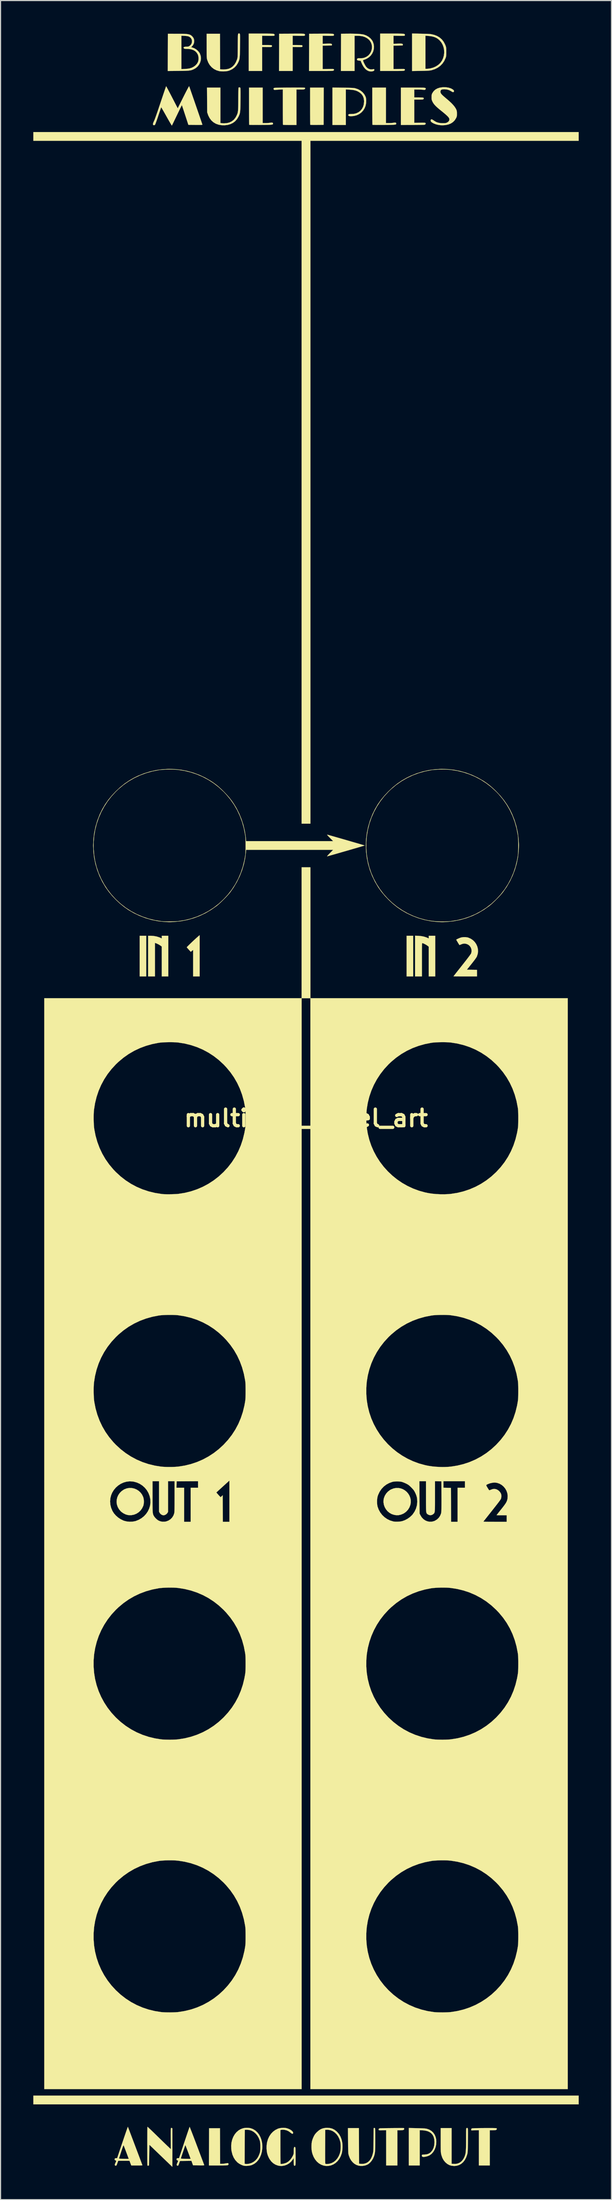
<source format=kicad_pcb>
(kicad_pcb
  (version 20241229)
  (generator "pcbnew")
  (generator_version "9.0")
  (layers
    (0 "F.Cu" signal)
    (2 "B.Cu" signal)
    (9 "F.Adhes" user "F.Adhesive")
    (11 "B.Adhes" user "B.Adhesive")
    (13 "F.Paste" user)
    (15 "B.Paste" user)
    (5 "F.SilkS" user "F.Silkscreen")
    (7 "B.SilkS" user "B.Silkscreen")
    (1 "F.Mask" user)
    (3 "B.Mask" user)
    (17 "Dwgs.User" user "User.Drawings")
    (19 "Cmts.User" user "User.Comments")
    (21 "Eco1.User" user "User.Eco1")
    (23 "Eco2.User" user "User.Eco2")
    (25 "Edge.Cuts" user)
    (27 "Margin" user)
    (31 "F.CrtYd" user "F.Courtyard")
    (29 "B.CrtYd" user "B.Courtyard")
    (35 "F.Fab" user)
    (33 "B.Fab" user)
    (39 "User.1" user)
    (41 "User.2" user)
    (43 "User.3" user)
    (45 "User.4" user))
  (footprint "multiples_panel_art"
    (layer "F.Cu")
    (at 24.98 99.355)
    (property "Reference" "multiples_panel_art" (at 0 0 0) (layer "F.SilkS") (effects (font (size 1.524 1.524) (thickness 0.3))))
    (attr through_hole)
    (fp_poly (pts (xy -14.636 -12.987) (xy -15.235 -12.987) (xy -15.235 -16.709) (xy -14.636 -16.709) (xy -14.636 -12.987)) (stroke (width 0.01) (type solid)) (fill yes) (layer "F.SilkS"))
    (fp_poly (pts (xy 0.4 -10.989) (xy -0.4 -10.989) (xy -0.4 -22.977) (xy 0.4 -22.977) (xy 0.4 -10.989)) (stroke (width 0.01) (type solid)) (fill yes) (layer "F.SilkS"))
    (fp_poly (pts (xy 9.815 -12.987) (xy 9.216 -12.987) (xy 9.216 -16.709) (xy 9.815 -16.709) (xy 9.815 -12.987)) (stroke (width 0.01) (type solid)) (fill yes) (layer "F.SilkS"))
    (fp_poly (pts (xy 24.975 90.311) (xy -24.975 90.311) (xy -24.975 89.512) (xy 24.975 89.512) (xy 24.975 90.311)) (stroke (width 0.01) (type solid)) (fill yes) (layer "F.SilkS"))
    (fp_poly (pts (xy 24.975 -89.512) (xy 0.4 -89.512) (xy 0.4 -26.973) (xy -0.4 -26.973) (xy -0.4 -89.512) (xy -24.975 -89.512) (xy -24.975 -90.311) (xy 24.975 -90.311) (xy 24.975 -89.512)) (stroke (width 0.01) (type solid)) (fill yes) (layer "F.SilkS"))
    (fp_poly (pts (xy -13.967 -16.692) (xy -13.699 -16.644) (xy -13.45 -16.568) (xy -13.306 -16.505) (xy -13.212 -16.458) (xy -13.212 -16.709) (xy -12.613 -16.709) (xy -12.613 -12.987) (xy -13.212 -12.987) (xy -13.214 -15.722) (xy -13.319 -15.8) (xy -13.497 -15.913) (xy -13.695 -16.006) (xy -13.74 -16.023) (xy -13.836 -16.057) (xy -13.836 -12.987) (xy -14.461 -12.987) (xy -14.461 -16.709) (xy -14.241 -16.709) (xy -13.967 -16.692)) (stroke (width 0.01) (type solid)) (fill yes) (layer "F.SilkS"))
    (fp_poly (pts (xy 1.611 -90.973) (xy 1.01 -90.966) (xy 0.841 -90.965) (xy 0.69 -90.965) (xy 0.562 -90.967) (xy 0.465 -90.97) (xy 0.406 -90.974) (xy 0.392 -90.977) (xy 0.389 -91.004) (xy 0.386 -91.077) (xy 0.384 -91.192) (xy 0.381 -91.344) (xy 0.379 -91.53) (xy 0.378 -91.745) (xy 0.376 -91.986) (xy 0.375 -92.248) (xy 0.375 -92.526) (xy 0.375 -92.688) (xy 0.375 -94.382) (xy 1.624 -94.382) (xy 1.611 -90.973)) (stroke (width 0.01) (type solid)) (fill yes) (layer "F.SilkS"))
    (fp_poly (pts (xy -9.74 -12.987) (xy -10.34 -12.987) (xy -10.34 -15.416) (xy -10.448 -15.327) (xy -10.556 -15.239) (xy -10.73 -15.431) (xy -10.805 -15.513) (xy -10.867 -15.584) (xy -10.909 -15.634) (xy -10.922 -15.651) (xy -10.908 -15.672) (xy -10.862 -15.723) (xy -10.789 -15.797) (xy -10.696 -15.889) (xy -10.586 -15.996) (xy -10.466 -16.111) (xy -10.34 -16.23) (xy -10.213 -16.347) (xy -10.092 -16.459) (xy -9.981 -16.559) (xy -9.885 -16.644) (xy -9.81 -16.707) (xy -9.798 -16.717) (xy -9.74 -16.762) (xy -9.74 -12.987)) (stroke (width 0.01) (type solid)) (fill yes) (layer "F.SilkS"))
    (fp_poly (pts (xy -7.873 94.126) (xy -7.867 95.756) (xy -7.704 95.756) (xy -7.592 95.75) (xy -7.462 95.735) (xy -7.352 95.717) (xy -7.248 95.698) (xy -7.181 95.692) (xy -7.14 95.7) (xy -7.129 95.707) (xy -7.096 95.762) (xy -7.107 95.824) (xy -7.139 95.864) (xy -7.155 95.875) (xy -7.182 95.884) (xy -7.223 95.892) (xy -7.284 95.897) (xy -7.369 95.901) (xy -7.485 95.903) (xy -7.636 95.905) (xy -7.827 95.905) (xy -8.038 95.906) (xy -8.892 95.906) (xy -8.885 94.201) (xy -8.879 92.496) (xy -7.88 92.496) (xy -7.873 94.126)) (stroke (width 0.01) (type solid)) (fill yes) (layer "F.SilkS"))
    (fp_poly (pts (xy 10.296 -16.702) (xy 10.551 -16.678) (xy 10.793 -16.631) (xy 11.009 -16.565) (xy 11.141 -16.508) (xy 11.239 -16.458) (xy 11.239 -16.709) (xy 11.838 -16.709) (xy 11.838 -12.987) (xy 11.239 -12.987) (xy 11.239 -15.706) (xy 11.145 -15.784) (xy 11.074 -15.835) (xy 10.982 -15.892) (xy 10.881 -15.946) (xy 10.785 -15.993) (xy 10.706 -16.024) (xy 10.661 -16.034) (xy 10.652 -16.033) (xy 10.643 -16.026) (xy 10.636 -16.009) (xy 10.631 -15.98) (xy 10.626 -15.934) (xy 10.623 -15.868) (xy 10.62 -15.778) (xy 10.618 -15.66) (xy 10.616 -15.511) (xy 10.615 -15.326) (xy 10.615 -15.103) (xy 10.615 -14.838) (xy 10.615 -14.526) (xy 10.615 -12.987) (xy 9.99 -12.987) (xy 9.99 -16.716) (xy 10.296 -16.702)) (stroke (width 0.01) (type solid)) (fill yes) (layer "F.SilkS"))
    (fp_poly (pts (xy 17.025 92.482) (xy 17.165 92.483) (xy 17.273 92.486) (xy 17.352 92.489) (xy 17.407 92.494) (xy 17.442 92.501) (xy 17.461 92.509) (xy 17.467 92.515) (xy 17.479 92.573) (xy 17.448 92.627) (xy 17.394 92.659) (xy 17.342 92.67) (xy 17.254 92.678) (xy 17.145 92.683) (xy 17.082 92.684) (xy 16.833 92.684) (xy 16.833 95.906) (xy 15.834 95.906) (xy 15.834 92.678) (xy 15.491 92.687) (xy 15.148 92.696) (xy 15.14 92.618) (xy 15.142 92.56) (xy 15.171 92.529) (xy 15.208 92.513) (xy 15.255 92.506) (xy 15.348 92.5) (xy 15.488 92.494) (xy 15.67 92.49) (xy 15.894 92.486) (xy 16.157 92.484) (xy 16.364 92.482) (xy 16.629 92.481) (xy 16.847 92.481) (xy 17.025 92.482)) (stroke (width 0.01) (type solid)) (fill yes) (layer "F.SilkS"))
    (fp_poly (pts (xy 8.473 33.864) (xy 8.683 33.904) (xy 8.881 33.98) (xy 9.062 34.086) (xy 9.224 34.221) (xy 9.361 34.379) (xy 9.471 34.559) (xy 9.549 34.754) (xy 9.593 34.963) (xy 9.598 35.182) (xy 9.56 35.406) (xy 9.476 35.633) (xy 9.475 35.637) (xy 9.349 35.843) (xy 9.187 36.022) (xy 8.997 36.167) (xy 8.887 36.227) (xy 8.677 36.31) (xy 8.479 36.353) (xy 8.278 36.357) (xy 8.074 36.326) (xy 7.849 36.253) (xy 7.647 36.14) (xy 7.471 35.993) (xy 7.324 35.817) (xy 7.21 35.618) (xy 7.133 35.403) (xy 7.096 35.176) (xy 7.104 34.945) (xy 7.131 34.804) (xy 7.215 34.58) (xy 7.341 34.375) (xy 7.504 34.195) (xy 7.698 34.048) (xy 7.802 33.991) (xy 8.028 33.904) (xy 8.253 33.863) (xy 8.473 33.864)) (stroke (width 0.01) (type solid)) (fill yes) (layer "F.SilkS"))
    (fp_poly (pts (xy -15.952 33.869) (xy -15.731 33.917) (xy -15.521 34.003) (xy -15.329 34.125) (xy -15.16 34.281) (xy -15.021 34.466) (xy -14.917 34.68) (xy -14.907 34.71) (xy -14.865 34.885) (xy -14.849 35.08) (xy -14.858 35.277) (xy -14.892 35.455) (xy -14.907 35.501) (xy -15.014 35.727) (xy -15.156 35.923) (xy -15.33 36.087) (xy -15.529 36.215) (xy -15.748 36.304) (xy -15.981 36.351) (xy -16.224 36.352) (xy -16.346 36.335) (xy -16.529 36.28) (xy -16.715 36.189) (xy -16.888 36.071) (xy -16.981 35.988) (xy -17.138 35.798) (xy -17.251 35.593) (xy -17.322 35.376) (xy -17.35 35.154) (xy -17.337 34.932) (xy -17.284 34.715) (xy -17.192 34.51) (xy -17.062 34.321) (xy -16.895 34.154) (xy -16.692 34.014) (xy -16.625 33.979) (xy -16.405 33.897) (xy -16.179 33.861) (xy -15.952 33.869)) (stroke (width 0.01) (type solid)) (fill yes) (layer "F.SilkS"))
    (fp_poly (pts (xy 8.791 92.48) (xy 8.898 92.481) (xy 8.96 92.483) (xy 8.982 92.505) (xy 8.991 92.556) (xy 8.98 92.607) (xy 8.941 92.643) (xy 8.871 92.667) (xy 8.762 92.68) (xy 8.61 92.684) (xy 8.6 92.684) (xy 8.367 92.684) (xy 8.367 95.906) (xy 7.343 95.906) (xy 7.343 92.678) (xy 7.015 92.687) (xy 6.879 92.69) (xy 6.785 92.69) (xy 6.724 92.686) (xy 6.687 92.677) (xy 6.666 92.662) (xy 6.659 92.653) (xy 6.647 92.595) (xy 6.678 92.544) (xy 6.748 92.507) (xy 6.755 92.505) (xy 6.789 92.502) (xy 6.867 92.499) (xy 6.982 92.496) (xy 7.129 92.494) (xy 7.299 92.491) (xy 7.488 92.488) (xy 7.689 92.486) (xy 7.896 92.484) (xy 8.102 92.482) (xy 8.3 92.481) (xy 8.486 92.48) (xy 8.651 92.48) (xy 8.791 92.48)) (stroke (width 0.01) (type solid)) (fill yes) (layer "F.SilkS"))
    (fp_poly (pts (xy -3.971 -91.135) (xy -3.701 -91.135) (xy -3.571 -91.138) (xy -3.444 -91.145) (xy -3.337 -91.156) (xy -3.29 -91.163) (xy -3.162 -91.18) (xy -3.075 -91.171) (xy -3.03 -91.136) (xy -3.022 -91.1) (xy -3.023 -91.07) (xy -3.028 -91.045) (xy -3.043 -91.025) (xy -3.07 -91.009) (xy -3.115 -90.996) (xy -3.182 -90.987) (xy -3.275 -90.98) (xy -3.399 -90.975) (xy -3.557 -90.971) (xy -3.754 -90.969) (xy -3.994 -90.967) (xy -4.145 -90.966) (xy -4.368 -90.965) (xy -4.575 -90.964) (xy -4.762 -90.965) (xy -4.923 -90.966) (xy -5.052 -90.968) (xy -5.144 -90.971) (xy -5.195 -90.974) (xy -5.202 -90.976) (xy -5.205 -91.003) (xy -5.208 -91.077) (xy -5.211 -91.192) (xy -5.213 -91.344) (xy -5.215 -91.53) (xy -5.217 -91.745) (xy -5.218 -91.986) (xy -5.219 -92.248) (xy -5.22 -92.526) (xy -5.22 -92.688) (xy -5.22 -94.382) (xy -3.971 -94.382) (xy -3.971 -91.135)) (stroke (width 0.01) (type solid)) (fill yes) (layer "F.SilkS"))
    (fp_poly (pts (xy 7.318 -91.135) (xy 7.603 -91.135) (xy 7.732 -91.138) (xy 7.857 -91.145) (xy 7.96 -91.155) (xy 8.012 -91.164) (xy 8.131 -91.181) (xy 8.214 -91.171) (xy 8.259 -91.135) (xy 8.267 -91.1) (xy 8.266 -91.07) (xy 8.261 -91.045) (xy 8.246 -91.025) (xy 8.219 -91.009) (xy 8.174 -90.996) (xy 8.107 -90.987) (xy 8.014 -90.98) (xy 7.89 -90.975) (xy 7.732 -90.971) (xy 7.535 -90.969) (xy 7.295 -90.967) (xy 7.144 -90.966) (xy 6.921 -90.965) (xy 6.713 -90.964) (xy 6.527 -90.965) (xy 6.366 -90.966) (xy 6.237 -90.968) (xy 6.145 -90.971) (xy 6.094 -90.974) (xy 6.087 -90.976) (xy 6.084 -91.003) (xy 6.081 -91.077) (xy 6.078 -91.192) (xy 6.076 -91.344) (xy 6.074 -91.53) (xy 6.072 -91.745) (xy 6.071 -91.986) (xy 6.07 -92.248) (xy 6.069 -92.526) (xy 6.069 -92.688) (xy 6.069 -94.382) (xy 7.318 -94.382) (xy 7.318 -91.135)) (stroke (width 0.01) (type solid)) (fill yes) (layer "F.SilkS"))
    (fp_poly (pts (xy -3.843 -99.327) (xy -3.617 -99.326) (xy -3.432 -99.325) (xy -3.284 -99.323) (xy -3.169 -99.32) (xy -3.082 -99.317) (xy -3.018 -99.312) (xy -2.974 -99.305) (xy -2.946 -99.297) (xy -2.928 -99.288) (xy -2.88 -99.239) (xy -2.88 -99.185) (xy -2.896 -99.153) (xy -2.911 -99.141) (xy -2.94 -99.132) (xy -2.991 -99.126) (xy -3.07 -99.122) (xy -3.181 -99.121) (xy -3.333 -99.122) (xy -3.47 -99.124) (xy -4.021 -99.132) (xy -4.021 -98.278) (xy -3.585 -98.278) (xy -3.427 -98.278) (xy -3.311 -98.276) (xy -3.231 -98.273) (xy -3.179 -98.266) (xy -3.148 -98.256) (xy -3.131 -98.242) (xy -3.124 -98.232) (xy -3.114 -98.175) (xy -3.132 -98.14) (xy -3.148 -98.124) (xy -3.174 -98.112) (xy -3.217 -98.105) (xy -3.284 -98.101) (xy -3.384 -98.099) (xy -3.523 -98.1) (xy -3.593 -98.101) (xy -4.021 -98.106) (xy -4.021 -95.906) (xy -5.245 -95.906) (xy -5.245 -99.327) (xy -4.114 -99.327) (xy -3.843 -99.327)) (stroke (width 0.01) (type solid)) (fill yes) (layer "F.SilkS"))
    (fp_poly (pts (xy -0.499 -99.324) (xy -0.386 -99.322) (xy -0.3 -99.319) (xy -0.238 -99.316) (xy -0.194 -99.31) (xy -0.165 -99.303) (xy -0.145 -99.294) (xy -0.131 -99.283) (xy -0.123 -99.276) (xy -0.089 -99.234) (xy -0.09 -99.199) (xy -0.107 -99.169) (xy -0.121 -99.151) (xy -0.138 -99.138) (xy -0.166 -99.129) (xy -0.211 -99.123) (xy -0.281 -99.12) (xy -0.381 -99.12) (xy -0.518 -99.121) (xy -0.684 -99.124) (xy -1.224 -99.133) (xy -1.224 -98.278) (xy -0.814 -98.278) (xy -0.673 -98.277) (xy -0.549 -98.275) (xy -0.449 -98.271) (xy -0.384 -98.267) (xy -0.364 -98.263) (xy -0.334 -98.229) (xy -0.326 -98.175) (xy -0.341 -98.126) (xy -0.353 -98.114) (xy -0.387 -98.108) (xy -0.461 -98.104) (xy -0.568 -98.101) (xy -0.698 -98.1) (xy -0.803 -98.101) (xy -1.224 -98.106) (xy -1.224 -95.906) (xy -2.473 -95.906) (xy -2.466 -97.61) (xy -2.46 -99.315) (xy -1.318 -99.321) (xy -1.049 -99.323) (xy -0.826 -99.324) (xy -0.644 -99.324) (xy -0.499 -99.324)) (stroke (width 0.01) (type solid)) (fill yes) (layer "F.SilkS"))
    (fp_poly (pts (xy 10.159 92.492) (xy 10.405 92.498) (xy 10.607 92.504) (xy 10.769 92.512) (xy 10.895 92.522) (xy 10.99 92.533) (xy 11.06 92.546) (xy 11.062 92.546) (xy 11.287 92.625) (xy 11.483 92.743) (xy 11.648 92.895) (xy 11.778 93.08) (xy 11.871 93.294) (xy 11.925 93.533) (xy 11.938 93.735) (xy 11.919 93.996) (xy 11.864 94.242) (xy 11.775 94.467) (xy 11.657 94.666) (xy 11.511 94.833) (xy 11.342 94.963) (xy 11.263 95.005) (xy 11.152 95.049) (xy 11.027 95.086) (xy 10.901 95.112) (xy 10.79 95.125) (xy 10.709 95.123) (xy 10.702 95.121) (xy 10.636 95.085) (xy 10.604 95.026) (xy 10.613 94.96) (xy 10.615 94.957) (xy 10.634 94.931) (xy 10.668 94.916) (xy 10.726 94.909) (xy 10.821 94.907) (xy 10.839 94.907) (xy 11.037 94.891) (xy 11.204 94.843) (xy 11.351 94.758) (xy 11.437 94.684) (xy 11.576 94.514) (xy 11.678 94.314) (xy 11.742 94.083) (xy 11.768 93.82) (xy 11.769 93.759) (xy 11.749 93.508) (xy 11.692 93.291) (xy 11.598 93.106) (xy 11.466 92.955) (xy 11.298 92.837) (xy 11.093 92.753) (xy 10.851 92.703) (xy 10.696 92.69) (xy 10.415 92.677) (xy 10.415 95.906) (xy 9.416 95.906) (xy 9.416 92.476) (xy 10.159 92.492)) (stroke (width 0.01) (type solid)) (fill yes) (layer "F.SilkS"))
    (fp_poly (pts (xy 2.036 -99.323) (xy 2.179 -99.322) (xy 2.289 -99.32) (xy 2.372 -99.316) (xy 2.432 -99.311) (xy 2.474 -99.305) (xy 2.501 -99.296) (xy 2.514 -99.289) (xy 2.564 -99.24) (xy 2.564 -99.188) (xy 2.531 -99.149) (xy 2.506 -99.137) (xy 2.461 -99.128) (xy 2.389 -99.123) (xy 2.285 -99.121) (xy 2.142 -99.122) (xy 2.007 -99.124) (xy 1.524 -99.133) (xy 1.524 -98.396) (xy 1.911 -98.408) (xy 2.077 -98.412) (xy 2.199 -98.411) (xy 2.283 -98.404) (xy 2.336 -98.389) (xy 2.363 -98.365) (xy 2.371 -98.331) (xy 2.369 -98.302) (xy 2.36 -98.241) (xy 1.942 -98.234) (xy 1.524 -98.227) (xy 1.524 -96.074) (xy 2.026 -96.083) (xy 2.198 -96.086) (xy 2.326 -96.087) (xy 2.418 -96.086) (xy 2.48 -96.082) (xy 2.519 -96.075) (xy 2.542 -96.065) (xy 2.556 -96.05) (xy 2.557 -96.048) (xy 2.57 -96.009) (xy 2.547 -95.972) (xy 2.526 -95.954) (xy 2.51 -95.942) (xy 2.489 -95.933) (xy 2.46 -95.925) (xy 2.417 -95.919) (xy 2.356 -95.914) (xy 2.273 -95.911) (xy 2.162 -95.908) (xy 2.019 -95.907) (xy 1.839 -95.906) (xy 1.619 -95.906) (xy 1.371 -95.906) (xy 0.274 -95.906) (xy 0.281 -97.61) (xy 0.287 -99.315) (xy 1.371 -99.321) (xy 1.637 -99.323) (xy 1.857 -99.323) (xy 2.036 -99.323)) (stroke (width 0.01) (type solid)) (fill yes) (layer "F.SilkS"))
    (fp_poly (pts (xy 8.139 -99.327) (xy 8.359 -99.326) (xy 8.537 -99.325) (xy 8.679 -99.323) (xy 8.789 -99.32) (xy 8.872 -99.316) (xy 8.931 -99.311) (xy 8.971 -99.304) (xy 8.998 -99.295) (xy 9.011 -99.288) (xy 9.058 -99.239) (xy 9.059 -99.185) (xy 9.042 -99.152) (xy 9.027 -99.14) (xy 8.997 -99.13) (xy 8.945 -99.124) (xy 8.866 -99.121) (xy 8.752 -99.121) (xy 8.597 -99.122) (xy 8.518 -99.124) (xy 8.017 -99.132) (xy 8.017 -98.396) (xy 8.405 -98.408) (xy 8.57 -98.412) (xy 8.692 -98.411) (xy 8.776 -98.404) (xy 8.829 -98.389) (xy 8.857 -98.365) (xy 8.865 -98.331) (xy 8.862 -98.302) (xy 8.854 -98.241) (xy 8.435 -98.234) (xy 8.017 -98.227) (xy 8.017 -96.074) (xy 8.52 -96.083) (xy 8.691 -96.086) (xy 8.82 -96.087) (xy 8.911 -96.086) (xy 8.973 -96.082) (xy 9.013 -96.075) (xy 9.036 -96.065) (xy 9.049 -96.05) (xy 9.051 -96.048) (xy 9.063 -96.009) (xy 9.04 -95.972) (xy 9.02 -95.954) (xy 9.003 -95.942) (xy 8.983 -95.933) (xy 8.953 -95.925) (xy 8.91 -95.919) (xy 8.849 -95.914) (xy 8.765 -95.911) (xy 8.653 -95.908) (xy 8.509 -95.907) (xy 8.329 -95.906) (xy 8.107 -95.906) (xy 7.877 -95.906) (xy 6.793 -95.906) (xy 6.793 -99.327) (xy 7.874 -99.327) (xy 8.139 -99.327)) (stroke (width 0.01) (type solid)) (fill yes) (layer "F.SilkS"))
    (fp_poly (pts (xy -0.557 -94.386) (xy -0.42 -94.385) (xy -0.314 -94.383) (xy -0.233 -94.38) (xy -0.175 -94.376) (xy -0.136 -94.371) (xy -0.111 -94.364) (xy -0.096 -94.356) (xy -0.089 -94.347) (xy -0.078 -94.309) (xy -0.104 -94.27) (xy -0.121 -94.256) (xy -0.15 -94.236) (xy -0.188 -94.223) (xy -0.243 -94.214) (xy -0.324 -94.209) (xy -0.441 -94.207) (xy -0.527 -94.207) (xy -0.874 -94.207) (xy -0.874 -90.96) (xy -1.482 -90.96) (xy -1.651 -90.961) (xy -1.804 -90.963) (xy -1.933 -90.966) (xy -2.031 -90.969) (xy -2.091 -90.974) (xy -2.106 -90.977) (xy -2.109 -91.004) (xy -2.112 -91.077) (xy -2.114 -91.192) (xy -2.117 -91.343) (xy -2.119 -91.528) (xy -2.12 -91.742) (xy -2.122 -91.98) (xy -2.122 -92.239) (xy -2.123 -92.514) (xy -2.123 -92.604) (xy -2.123 -94.214) (xy -2.454 -94.2) (xy -2.582 -94.193) (xy -2.696 -94.185) (xy -2.784 -94.177) (xy -2.835 -94.17) (xy -2.839 -94.169) (xy -2.901 -94.173) (xy -2.944 -94.204) (xy -2.98 -94.264) (xy -2.968 -94.318) (xy -2.91 -94.357) (xy -2.875 -94.361) (xy -2.795 -94.365) (xy -2.674 -94.369) (xy -2.518 -94.373) (xy -2.331 -94.376) (xy -2.118 -94.379) (xy -1.884 -94.382) (xy -1.632 -94.384) (xy -1.485 -94.384) (xy -1.188 -94.386) (xy -0.937 -94.387) (xy -0.728 -94.387) (xy -0.557 -94.386)) (stroke (width 0.01) (type solid)) (fill yes) (layer "F.SilkS"))
    (fp_poly (pts (xy 3.378 -94.375) (xy 3.633 -94.372) (xy 3.844 -94.368) (xy 4.016 -94.364) (xy 4.154 -94.359) (xy 4.264 -94.353) (xy 4.351 -94.346) (xy 4.421 -94.338) (xy 4.479 -94.327) (xy 4.508 -94.32) (xy 4.762 -94.235) (xy 4.986 -94.115) (xy 5.176 -93.963) (xy 5.33 -93.781) (xy 5.41 -93.644) (xy 5.458 -93.541) (xy 5.487 -93.454) (xy 5.504 -93.361) (xy 5.513 -93.239) (xy 5.513 -93.238) (xy 5.506 -92.968) (xy 5.455 -92.715) (xy 5.362 -92.485) (xy 5.233 -92.28) (xy 5.069 -92.104) (xy 4.874 -91.96) (xy 4.652 -91.853) (xy 4.405 -91.785) (xy 4.137 -91.76) (xy 4.129 -91.76) (xy 4.002 -91.768) (xy 3.92 -91.792) (xy 3.878 -91.834) (xy 3.871 -91.871) (xy 3.89 -91.921) (xy 3.947 -91.952) (xy 4.047 -91.965) (xy 4.135 -91.965) (xy 4.383 -91.977) (xy 4.609 -92.032) (xy 4.809 -92.127) (xy 4.98 -92.258) (xy 5.119 -92.423) (xy 5.224 -92.618) (xy 5.291 -92.839) (xy 5.317 -93.085) (xy 5.315 -93.204) (xy 5.281 -93.422) (xy 5.205 -93.614) (xy 5.086 -93.782) (xy 4.923 -93.925) (xy 4.771 -94.018) (xy 4.634 -94.081) (xy 4.488 -94.129) (xy 4.324 -94.163) (xy 4.128 -94.186) (xy 3.952 -94.199) (xy 3.646 -94.215) (xy 3.646 -90.96) (xy 2.423 -90.96) (xy 2.423 -94.387) (xy 3.378 -94.375)) (stroke (width 0.01) (type solid)) (fill yes) (layer "F.SilkS"))
    (fp_poly (pts (xy 10.074 -94.382) (xy 10.302 -94.382) (xy 10.489 -94.38) (xy 10.637 -94.378) (xy 10.753 -94.373) (xy 10.838 -94.366) (xy 10.898 -94.357) (xy 10.936 -94.344) (xy 10.957 -94.327) (xy 10.964 -94.307) (xy 10.963 -94.281) (xy 10.955 -94.251) (xy 10.955 -94.248) (xy 10.93 -94.2) (xy 10.88 -94.176) (xy 10.798 -94.175) (xy 10.725 -94.184) (xy 10.653 -94.192) (xy 10.545 -94.198) (xy 10.415 -94.203) (xy 10.277 -94.206) (xy 10.259 -94.206) (xy 9.915 -94.207) (xy 9.915 -93.483) (xy 10.304 -93.483) (xy 10.447 -93.481) (xy 10.572 -93.477) (xy 10.669 -93.47) (xy 10.729 -93.461) (xy 10.741 -93.457) (xy 10.784 -93.414) (xy 10.779 -93.361) (xy 10.75 -93.322) (xy 10.727 -93.307) (xy 10.687 -93.296) (xy 10.624 -93.289) (xy 10.53 -93.285) (xy 10.397 -93.283) (xy 10.313 -93.283) (xy 9.915 -93.283) (xy 9.915 -91.155) (xy 10.418 -91.164) (xy 10.59 -91.167) (xy 10.719 -91.167) (xy 10.811 -91.166) (xy 10.873 -91.162) (xy 10.912 -91.155) (xy 10.935 -91.144) (xy 10.949 -91.129) (xy 10.949 -91.129) (xy 10.961 -91.072) (xy 10.93 -91.019) (xy 10.864 -90.983) (xy 10.862 -90.982) (xy 10.825 -90.979) (xy 10.743 -90.975) (xy 10.622 -90.972) (xy 10.469 -90.969) (xy 10.287 -90.967) (xy 10.083 -90.965) (xy 9.863 -90.963) (xy 9.747 -90.963) (xy 8.691 -90.96) (xy 8.691 -94.382) (xy 9.8 -94.382) (xy 10.074 -94.382)) (stroke (width 0.01) (type solid)) (fill yes) (layer "F.SilkS"))
    (fp_poly (pts (xy -6.04 -94.388) (xy -6.02 -94.371) (xy -6.013 -94.349) (xy -6.006 -94.3) (xy -6.002 -94.223) (xy -5.999 -94.112) (xy -5.997 -93.964) (xy -5.997 -93.777) (xy -5.998 -93.547) (xy -6 -93.278) (xy -6.003 -93.001) (xy -6.006 -92.768) (xy -6.011 -92.574) (xy -6.017 -92.414) (xy -6.025 -92.282) (xy -6.036 -92.173) (xy -6.05 -92.081) (xy -6.069 -92.001) (xy -6.093 -91.927) (xy -6.122 -91.854) (xy -6.158 -91.776) (xy -6.185 -91.72) (xy -6.321 -91.494) (xy -6.489 -91.305) (xy -6.689 -91.153) (xy -6.918 -91.04) (xy -7.173 -90.966) (xy -7.455 -90.933) (xy -7.731 -90.94) (xy -8.004 -90.985) (xy -8.252 -91.073) (xy -8.472 -91.202) (xy -8.663 -91.37) (xy -8.821 -91.576) (xy -8.946 -91.816) (xy -8.985 -91.922) (xy -9.053 -92.122) (xy -9.061 -93.252) (xy -9.069 -94.382) (xy -7.842 -94.382) (xy -7.842 -91.142) (xy -7.764 -91.126) (xy -7.7 -91.118) (xy -7.606 -91.113) (xy -7.502 -91.11) (xy -7.501 -91.11) (xy -7.238 -91.131) (xy -7.002 -91.193) (xy -6.794 -91.296) (xy -6.615 -91.439) (xy -6.467 -91.621) (xy -6.381 -91.773) (xy -6.341 -91.856) (xy -6.308 -91.931) (xy -6.281 -92.004) (xy -6.259 -92.08) (xy -6.243 -92.165) (xy -6.23 -92.264) (xy -6.22 -92.382) (xy -6.214 -92.525) (xy -6.209 -92.7) (xy -6.206 -92.91) (xy -6.204 -93.162) (xy -6.203 -93.304) (xy -6.202 -93.528) (xy -6.2 -93.736) (xy -6.197 -93.924) (xy -6.194 -94.086) (xy -6.191 -94.217) (xy -6.188 -94.312) (xy -6.185 -94.364) (xy -6.184 -94.372) (xy -6.15 -94.4) (xy -6.095 -94.405) (xy -6.04 -94.388)) (stroke (width 0.01) (type solid)) (fill yes) (layer "F.SilkS"))
    (fp_poly (pts (xy 10.496 -99.32) (xy 10.697 -99.315) (xy 10.891 -99.309) (xy 11.068 -99.303) (xy 11.221 -99.296) (xy 11.343 -99.288) (xy 11.425 -99.281) (xy 11.442 -99.279) (xy 11.744 -99.211) (xy 12.012 -99.107) (xy 12.245 -98.966) (xy 12.445 -98.789) (xy 12.611 -98.575) (xy 12.743 -98.324) (xy 12.783 -98.224) (xy 12.809 -98.15) (xy 12.827 -98.084) (xy 12.839 -98.015) (xy 12.846 -97.932) (xy 12.849 -97.823) (xy 12.85 -97.677) (xy 12.85 -97.654) (xy 12.849 -97.502) (xy 12.846 -97.389) (xy 12.84 -97.303) (xy 12.829 -97.233) (xy 12.812 -97.168) (xy 12.787 -97.095) (xy 12.783 -97.084) (xy 12.66 -96.818) (xy 12.499 -96.582) (xy 12.301 -96.378) (xy 12.068 -96.208) (xy 11.804 -96.074) (xy 11.511 -95.979) (xy 11.464 -95.968) (xy 11.394 -95.954) (xy 11.309 -95.944) (xy 11.202 -95.935) (xy 11.068 -95.927) (xy 10.9 -95.921) (xy 10.693 -95.916) (xy 10.496 -95.913) (xy 9.715 -95.9) (xy 9.715 -96.105) (xy 10.939 -96.105) (xy 11.074 -96.105) (xy 11.171 -96.111) (xy 11.289 -96.124) (xy 11.393 -96.141) (xy 11.652 -96.212) (xy 11.894 -96.32) (xy 12.11 -96.46) (xy 12.291 -96.627) (xy 12.3 -96.637) (xy 12.449 -96.844) (xy 12.558 -97.073) (xy 12.628 -97.317) (xy 12.658 -97.57) (xy 12.649 -97.824) (xy 12.601 -98.073) (xy 12.514 -98.311) (xy 12.389 -98.529) (xy 12.24 -98.706) (xy 12.093 -98.835) (xy 11.936 -98.937) (xy 11.76 -99.013) (xy 11.557 -99.068) (xy 11.319 -99.105) (xy 11.17 -99.118) (xy 10.939 -99.135) (xy 10.939 -96.105) (xy 9.715 -96.105) (xy 9.715 -99.335) (xy 10.496 -99.32)) (stroke (width 0.01) (type solid)) (fill yes) (layer "F.SilkS"))
    (fp_poly (pts (xy 14.789 -16.557) (xy 14.872 -16.534) (xy 15.098 -16.434) (xy 15.294 -16.299) (xy 15.46 -16.133) (xy 15.591 -15.943) (xy 15.686 -15.733) (xy 15.742 -15.51) (xy 15.757 -15.279) (xy 15.728 -15.046) (xy 15.653 -14.816) (xy 15.64 -14.786) (xy 15.607 -14.73) (xy 15.547 -14.642) (xy 15.466 -14.528) (xy 15.367 -14.397) (xy 15.257 -14.255) (xy 15.154 -14.124) (xy 14.732 -13.599) (xy 15.196 -13.592) (xy 15.66 -13.586) (xy 15.66 -12.987) (xy 14.586 -12.987) (xy 14.359 -12.987) (xy 14.149 -12.988) (xy 13.961 -12.989) (xy 13.799 -12.99) (xy 13.668 -12.992) (xy 13.574 -12.993) (xy 13.521 -12.995) (xy 13.512 -12.996) (xy 13.527 -13.017) (xy 13.57 -13.073) (xy 13.638 -13.161) (xy 13.729 -13.277) (xy 13.839 -13.418) (xy 13.966 -13.578) (xy 14.107 -13.756) (xy 14.258 -13.947) (xy 14.308 -14.011) (xy 14.511 -14.269) (xy 14.684 -14.49) (xy 14.827 -14.676) (xy 14.942 -14.828) (xy 15.029 -14.948) (xy 15.09 -15.037) (xy 15.125 -15.096) (xy 15.135 -15.119) (xy 15.166 -15.297) (xy 15.152 -15.468) (xy 15.098 -15.625) (xy 15.009 -15.761) (xy 14.888 -15.872) (xy 14.742 -15.949) (xy 14.573 -15.988) (xy 14.513 -15.991) (xy 14.39 -15.981) (xy 14.266 -15.943) (xy 14.216 -15.922) (xy 14.137 -15.889) (xy 14.078 -15.867) (xy 14.051 -15.862) (xy 14.051 -15.862) (xy 14.033 -15.889) (xy 13.997 -15.946) (xy 13.949 -16.024) (xy 13.897 -16.112) (xy 13.845 -16.199) (xy 13.801 -16.274) (xy 13.771 -16.327) (xy 13.761 -16.347) (xy 13.783 -16.366) (xy 13.839 -16.398) (xy 13.919 -16.437) (xy 14.011 -16.478) (xy 14.103 -16.515) (xy 14.184 -16.543) (xy 14.196 -16.547) (xy 14.385 -16.581) (xy 14.59 -16.585) (xy 14.789 -16.557)) (stroke (width 0.01) (type solid)) (fill yes) (layer "F.SilkS"))
    (fp_poly (pts (xy 14.802 92.487) (xy 14.811 92.5) (xy 14.818 92.524) (xy 14.824 92.563) (xy 14.828 92.623) (xy 14.831 92.708) (xy 14.833 92.821) (xy 14.833 92.967) (xy 14.833 93.151) (xy 14.831 93.377) (xy 14.829 93.606) (xy 14.827 93.87) (xy 14.824 94.089) (xy 14.821 94.269) (xy 14.818 94.414) (xy 14.814 94.531) (xy 14.809 94.623) (xy 14.803 94.697) (xy 14.795 94.758) (xy 14.785 94.811) (xy 14.774 94.861) (xy 14.765 94.894) (xy 14.671 95.166) (xy 14.549 95.4) (xy 14.4 95.595) (xy 14.227 95.749) (xy 14.032 95.862) (xy 13.817 95.931) (xy 13.584 95.955) (xy 13.335 95.932) (xy 13.312 95.928) (xy 13.121 95.867) (xy 12.936 95.763) (xy 12.767 95.62) (xy 12.742 95.594) (xy 12.601 95.417) (xy 12.492 95.219) (xy 12.411 94.99) (xy 12.389 94.904) (xy 12.376 94.85) (xy 12.366 94.797) (xy 12.358 94.738) (xy 12.352 94.668) (xy 12.347 94.582) (xy 12.343 94.476) (xy 12.341 94.343) (xy 12.339 94.178) (xy 12.338 93.977) (xy 12.338 93.734) (xy 12.338 93.589) (xy 12.338 92.484) (xy 13.337 92.484) (xy 13.337 95.749) (xy 13.474 95.763) (xy 13.705 95.765) (xy 13.915 95.723) (xy 14.101 95.637) (xy 14.264 95.507) (xy 14.4 95.334) (xy 14.477 95.195) (xy 14.518 95.103) (xy 14.554 95.014) (xy 14.582 94.923) (xy 14.606 94.825) (xy 14.624 94.714) (xy 14.637 94.585) (xy 14.647 94.432) (xy 14.654 94.25) (xy 14.658 94.034) (xy 14.66 93.777) (xy 14.66 93.528) (xy 14.66 93.276) (xy 14.661 93.069) (xy 14.662 92.903) (xy 14.663 92.773) (xy 14.666 92.675) (xy 14.669 92.603) (xy 14.675 92.553) (xy 14.681 92.521) (xy 14.69 92.501) (xy 14.701 92.49) (xy 14.712 92.483) (xy 14.765 92.469) (xy 14.802 92.487)) (stroke (width 0.01) (type solid)) (fill yes) (layer "F.SilkS"))
    (fp_poly (pts (xy -14.503 92.378) (xy -14.452 92.424) (xy -14.372 92.498) (xy -14.268 92.596) (xy -14.143 92.715) (xy -14.001 92.852) (xy -13.846 93.003) (xy -13.748 93.098) (xy -13.572 93.27) (xy -13.395 93.442) (xy -13.223 93.609) (xy -13.062 93.766) (xy -12.918 93.905) (xy -12.796 94.023) (xy -12.702 94.113) (xy -12.683 94.131) (xy -12.382 94.417) (xy -12.391 93.464) (xy -12.393 93.209) (xy -12.395 93) (xy -12.394 92.833) (xy -12.392 92.703) (xy -12.387 92.606) (xy -12.38 92.537) (xy -12.369 92.494) (xy -12.355 92.472) (xy -12.337 92.465) (xy -12.314 92.471) (xy -12.291 92.483) (xy -12.238 92.511) (xy -12.238 94.271) (xy -12.238 94.562) (xy -12.238 94.839) (xy -12.239 95.096) (xy -12.239 95.33) (xy -12.24 95.537) (xy -12.241 95.714) (xy -12.241 95.855) (xy -12.242 95.957) (xy -12.243 96.017) (xy -12.244 96.03) (xy -12.263 96.014) (xy -12.314 95.965) (xy -12.395 95.888) (xy -12.503 95.786) (xy -12.633 95.66) (xy -12.784 95.516) (xy -12.952 95.355) (xy -13.133 95.181) (xy -13.299 95.021) (xy -14.348 94.012) (xy -14.361 94.94) (xy -14.364 95.151) (xy -14.368 95.347) (xy -14.373 95.522) (xy -14.378 95.671) (xy -14.383 95.787) (xy -14.388 95.865) (xy -14.393 95.899) (xy -14.394 95.899) (xy -14.434 95.925) (xy -14.486 95.928) (xy -14.523 95.906) (xy -14.525 95.878) (xy -14.528 95.805) (xy -14.53 95.691) (xy -14.531 95.543) (xy -14.533 95.364) (xy -14.534 95.16) (xy -14.535 94.936) (xy -14.535 94.696) (xy -14.536 94.445) (xy -14.536 94.188) (xy -14.536 93.93) (xy -14.536 93.676) (xy -14.535 93.431) (xy -14.534 93.199) (xy -14.533 92.986) (xy -14.532 92.797) (xy -14.53 92.635) (xy -14.529 92.507) (xy -14.527 92.417) (xy -14.524 92.369) (xy -14.523 92.363) (xy -14.503 92.378)) (stroke (width 0.01) (type solid)) (fill yes) (layer "F.SilkS"))
    (fp_poly (pts (xy -5.266 92.466) (xy -5.113 92.486) (xy -5.073 92.495) (xy -4.846 92.581) (xy -4.64 92.708) (xy -4.459 92.874) (xy -4.304 93.073) (xy -4.179 93.303) (xy -4.085 93.558) (xy -4.024 93.836) (xy -4 94.131) (xy -4.004 94.33) (xy -4.042 94.635) (xy -4.116 94.916) (xy -4.223 95.171) (xy -4.361 95.396) (xy -4.527 95.588) (xy -4.72 95.742) (xy -4.937 95.856) (xy -4.998 95.878) (xy -5.133 95.913) (xy -5.293 95.936) (xy -5.458 95.946) (xy -5.609 95.942) (xy -5.693 95.93) (xy -5.833 95.887) (xy -5.989 95.817) (xy -6.101 95.752) (xy -5.62 95.752) (xy -5.563 95.763) (xy -5.49 95.774) (xy -5.418 95.775) (xy -5.329 95.767) (xy -5.245 95.754) (xy -5.024 95.693) (xy -4.816 95.588) (xy -4.632 95.443) (xy -4.624 95.435) (xy -4.494 95.29) (xy -4.388 95.127) (xy -4.298 94.934) (xy -4.255 94.819) (xy -4.228 94.741) (xy -4.21 94.673) (xy -4.197 94.605) (xy -4.19 94.525) (xy -4.186 94.422) (xy -4.184 94.285) (xy -4.184 94.207) (xy -4.185 94.039) (xy -4.189 93.91) (xy -4.196 93.811) (xy -4.208 93.732) (xy -4.226 93.661) (xy -4.23 93.645) (xy -4.328 93.391) (xy -4.454 93.173) (xy -4.591 93.004) (xy -4.775 92.841) (xy -4.974 92.726) (xy -5.188 92.658) (xy -5.418 92.637) (xy -5.461 92.639) (xy -5.607 92.646) (xy -5.62 95.752) (xy -6.101 95.752) (xy -6.14 95.73) (xy -6.269 95.636) (xy -6.289 95.618) (xy -6.477 95.415) (xy -6.627 95.179) (xy -6.74 94.91) (xy -6.816 94.608) (xy -6.845 94.395) (xy -6.854 94.092) (xy -6.825 93.803) (xy -6.759 93.531) (xy -6.659 93.28) (xy -6.528 93.055) (xy -6.368 92.859) (xy -6.181 92.698) (xy -5.97 92.574) (xy -5.756 92.497) (xy -5.609 92.471) (xy -5.438 92.461) (xy -5.266 92.466)) (stroke (width 0.01) (type solid)) (fill yes) (layer "F.SilkS"))
    (fp_poly (pts (xy 6.306 92.484) (xy 6.309 92.487) (xy 6.318 92.502) (xy 6.325 92.534) (xy 6.331 92.588) (xy 6.336 92.667) (xy 6.339 92.777) (xy 6.341 92.92) (xy 6.343 93.102) (xy 6.343 93.326) (xy 6.344 93.53) (xy 6.343 93.811) (xy 6.342 94.047) (xy 6.339 94.245) (xy 6.334 94.41) (xy 6.327 94.548) (xy 6.317 94.663) (xy 6.305 94.762) (xy 6.288 94.85) (xy 6.268 94.934) (xy 6.243 95.017) (xy 6.229 95.061) (xy 6.143 95.267) (xy 6.026 95.458) (xy 5.888 95.626) (xy 5.734 95.76) (xy 5.624 95.828) (xy 5.42 95.907) (xy 5.197 95.947) (xy 4.97 95.947) (xy 4.807 95.921) (xy 4.607 95.853) (xy 4.43 95.749) (xy 4.283 95.62) (xy 4.135 95.445) (xy 4.019 95.246) (xy 3.928 95.012) (xy 3.918 94.981) (xy 3.905 94.936) (xy 3.894 94.891) (xy 3.885 94.843) (xy 3.877 94.787) (xy 3.871 94.717) (xy 3.867 94.628) (xy 3.863 94.515) (xy 3.86 94.374) (xy 3.857 94.2) (xy 3.855 93.987) (xy 3.853 93.731) (xy 3.852 93.639) (xy 3.843 92.484) (xy 4.845 92.484) (xy 4.851 94.114) (xy 4.858 95.743) (xy 4.995 95.761) (xy 5.098 95.766) (xy 5.218 95.762) (xy 5.294 95.753) (xy 5.495 95.698) (xy 5.672 95.6) (xy 5.824 95.458) (xy 5.952 95.272) (xy 6.056 95.043) (xy 6.135 94.771) (xy 6.135 94.769) (xy 6.146 94.713) (xy 6.156 94.651) (xy 6.164 94.579) (xy 6.17 94.491) (xy 6.175 94.382) (xy 6.178 94.246) (xy 6.181 94.077) (xy 6.183 93.871) (xy 6.185 93.622) (xy 6.186 93.545) (xy 6.187 93.324) (xy 6.188 93.118) (xy 6.189 92.934) (xy 6.19 92.775) (xy 6.191 92.648) (xy 6.192 92.559) (xy 6.192 92.511) (xy 6.192 92.505) (xy 6.215 92.48) (xy 6.261 92.472) (xy 6.306 92.484)) (stroke (width 0.01) (type solid)) (fill yes) (layer "F.SilkS"))
    (fp_poly (pts (xy 4.36 -99.319) (xy 4.615 -99.31) (xy 4.843 -99.297) (xy 5.038 -99.279) (xy 5.194 -99.258) (xy 5.282 -99.24) (xy 5.509 -99.16) (xy 5.715 -99.045) (xy 5.894 -98.9) (xy 6.038 -98.731) (xy 6.116 -98.597) (xy 6.194 -98.378) (xy 6.226 -98.153) (xy 6.214 -97.93) (xy 6.16 -97.713) (xy 6.067 -97.509) (xy 5.937 -97.325) (xy 5.772 -97.166) (xy 5.574 -97.038) (xy 5.539 -97.021) (xy 5.443 -96.978) (xy 5.355 -96.942) (xy 5.293 -96.921) (xy 5.286 -96.919) (xy 5.237 -96.901) (xy 5.225 -96.869) (xy 5.231 -96.835) (xy 5.258 -96.756) (xy 5.305 -96.65) (xy 5.363 -96.533) (xy 5.425 -96.419) (xy 5.484 -96.324) (xy 5.52 -96.274) (xy 5.648 -96.153) (xy 5.793 -96.079) (xy 5.957 -96.05) (xy 6.135 -96.066) (xy 6.202 -96.076) (xy 6.236 -96.069) (xy 6.253 -96.039) (xy 6.256 -96.03) (xy 6.254 -95.97) (xy 6.21 -95.921) (xy 6.135 -95.885) (xy 6.036 -95.864) (xy 5.923 -95.86) (xy 5.803 -95.877) (xy 5.744 -95.893) (xy 5.577 -95.973) (xy 5.423 -96.098) (xy 5.283 -96.271) (xy 5.156 -96.491) (xy 5.098 -96.617) (xy 5.001 -96.842) (xy 4.867 -96.855) (xy 4.766 -96.868) (xy 4.706 -96.889) (xy 4.677 -96.921) (xy 4.67 -96.968) (xy 4.691 -97.03) (xy 4.751 -97.065) (xy 4.854 -97.074) (xy 4.918 -97.069) (xy 5.123 -97.07) (xy 5.33 -97.114) (xy 5.524 -97.197) (xy 5.695 -97.315) (xy 5.738 -97.356) (xy 5.874 -97.523) (xy 5.97 -97.709) (xy 6.026 -97.907) (xy 6.042 -98.11) (xy 6.019 -98.31) (xy 5.955 -98.499) (xy 5.851 -98.672) (xy 5.758 -98.775) (xy 5.584 -98.913) (xy 5.39 -99.015) (xy 5.171 -99.084) (xy 4.921 -99.12) (xy 4.727 -99.127) (xy 4.446 -99.127) (xy 4.446 -95.906) (xy 3.197 -95.906) (xy 3.203 -97.61) (xy 3.209 -99.315) (xy 3.796 -99.322) (xy 4.085 -99.323) (xy 4.36 -99.319)) (stroke (width 0.01) (type solid)) (fill yes) (layer "F.SilkS"))
    (fp_poly (pts (xy -6.089 -99.331) (xy -6.063 -99.296) (xy -6.054 -99.273) (xy -6.048 -99.231) (xy -6.043 -99.167) (xy -6.04 -99.076) (xy -6.039 -98.955) (xy -6.039 -98.799) (xy -6.04 -98.604) (xy -6.043 -98.366) (xy -6.045 -98.178) (xy -6.049 -97.903) (xy -6.053 -97.673) (xy -6.058 -97.481) (xy -6.064 -97.323) (xy -6.073 -97.193) (xy -6.084 -97.086) (xy -6.098 -96.996) (xy -6.117 -96.918) (xy -6.141 -96.846) (xy -6.17 -96.775) (xy -6.205 -96.699) (xy -6.238 -96.63) (xy -6.372 -96.416) (xy -6.544 -96.23) (xy -6.751 -96.076) (xy -6.991 -95.958) (xy -7.068 -95.93) (xy -7.212 -95.895) (xy -7.387 -95.873) (xy -7.576 -95.864) (xy -7.762 -95.869) (xy -7.928 -95.888) (xy -7.953 -95.893) (xy -8.209 -95.971) (xy -8.44 -96.09) (xy -8.642 -96.249) (xy -8.814 -96.444) (xy -8.951 -96.672) (xy -9.051 -96.931) (xy -9.058 -96.955) (xy -9.069 -96.998) (xy -9.078 -97.045) (xy -9.085 -97.102) (xy -9.091 -97.172) (xy -9.096 -97.262) (xy -9.099 -97.375) (xy -9.101 -97.518) (xy -9.102 -97.695) (xy -9.103 -97.911) (xy -9.103 -98.171) (xy -9.103 -98.216) (xy -9.104 -99.315) (xy -7.88 -99.315) (xy -7.873 -97.689) (xy -7.867 -96.063) (xy -7.696 -96.048) (xy -7.555 -96.045) (xy -7.396 -96.053) (xy -7.241 -96.072) (xy -7.113 -96.099) (xy -7.105 -96.101) (xy -6.896 -96.188) (xy -6.713 -96.319) (xy -6.555 -96.491) (xy -6.423 -96.706) (xy -6.317 -96.963) (xy -6.316 -96.967) (xy -6.302 -97.011) (xy -6.29 -97.053) (xy -6.281 -97.099) (xy -6.273 -97.153) (xy -6.267 -97.221) (xy -6.263 -97.308) (xy -6.259 -97.419) (xy -6.256 -97.56) (xy -6.254 -97.734) (xy -6.252 -97.948) (xy -6.251 -98.207) (xy -6.251 -98.216) (xy -6.249 -98.477) (xy -6.247 -98.693) (xy -6.244 -98.868) (xy -6.242 -99.007) (xy -6.238 -99.113) (xy -6.234 -99.192) (xy -6.228 -99.247) (xy -6.222 -99.284) (xy -6.213 -99.307) (xy -6.203 -99.319) (xy -6.201 -99.321) (xy -6.139 -99.35) (xy -6.089 -99.331)) (stroke (width 0.01) (type solid)) (fill yes) (layer "F.SilkS"))
    (fp_poly (pts (xy 2.181 92.477) (xy 2.399 92.533) (xy 2.597 92.63) (xy 2.785 92.773) (xy 2.849 92.833) (xy 3.023 93.037) (xy 3.158 93.268) (xy 3.257 93.529) (xy 3.322 93.823) (xy 3.324 93.837) (xy 3.34 94.016) (xy 3.343 94.217) (xy 3.332 94.425) (xy 3.31 94.621) (xy 3.277 94.787) (xy 3.272 94.806) (xy 3.175 95.072) (xy 3.046 95.308) (xy 2.889 95.511) (xy 2.707 95.679) (xy 2.505 95.81) (xy 2.286 95.9) (xy 2.054 95.947) (xy 1.812 95.949) (xy 1.618 95.917) (xy 1.39 95.836) (xy 1.18 95.712) (xy 0.992 95.548) (xy 0.829 95.348) (xy 0.695 95.116) (xy 0.655 95.016) (xy 1.752 95.016) (xy 1.752 95.206) (xy 1.753 95.36) (xy 1.754 95.483) (xy 1.757 95.578) (xy 1.76 95.648) (xy 1.764 95.698) (xy 1.77 95.731) (xy 1.776 95.75) (xy 1.784 95.76) (xy 1.792 95.763) (xy 1.878 95.776) (xy 1.987 95.773) (xy 2.108 95.756) (xy 2.328 95.696) (xy 2.532 95.59) (xy 2.714 95.444) (xy 2.872 95.26) (xy 3.003 95.042) (xy 3.102 94.793) (xy 3.126 94.71) (xy 3.158 94.548) (xy 3.176 94.356) (xy 3.181 94.153) (xy 3.172 93.955) (xy 3.149 93.781) (xy 3.136 93.72) (xy 3.052 93.465) (xy 2.936 93.237) (xy 2.794 93.041) (xy 2.627 92.88) (xy 2.441 92.757) (xy 2.239 92.676) (xy 2.024 92.638) (xy 1.898 92.638) (xy 1.761 92.646) (xy 1.754 94.199) (xy 1.753 94.517) (xy 1.752 94.788) (xy 1.752 95.016) (xy 0.655 95.016) (xy 0.592 94.856) (xy 0.539 94.652) (xy 0.515 94.482) (xy 0.502 94.283) (xy 0.503 94.074) (xy 0.515 93.875) (xy 0.538 93.713) (xy 0.571 93.592) (xy 0.62 93.45) (xy 0.68 93.309) (xy 0.692 93.283) (xy 0.759 93.152) (xy 0.826 93.047) (xy 0.907 92.949) (xy 0.996 92.856) (xy 1.179 92.695) (xy 1.364 92.579) (xy 1.561 92.505) (xy 1.78 92.467) (xy 1.937 92.46) (xy 2.181 92.477)) (stroke (width 0.01) (type solid)) (fill yes) (layer "F.SilkS"))
    (fp_poly (pts (xy -11.813 -99.313) (xy -11.537 -99.312) (xy -11.306 -99.308) (xy -11.114 -99.302) (xy -10.956 -99.291) (xy -10.828 -99.276) (xy -10.723 -99.255) (xy -10.637 -99.227) (xy -10.565 -99.191) (xy -10.502 -99.146) (xy -10.441 -99.092) (xy -10.41 -99.061) (xy -10.311 -98.933) (xy -10.256 -98.793) (xy -10.24 -98.635) (xy -10.265 -98.457) (xy -10.337 -98.295) (xy -10.432 -98.174) (xy -10.521 -98.082) (xy -10.412 -98.053) (xy -10.224 -97.981) (xy -10.047 -97.872) (xy -9.891 -97.735) (xy -9.767 -97.579) (xy -9.717 -97.49) (xy -9.648 -97.286) (xy -9.624 -97.076) (xy -9.643 -96.866) (xy -9.704 -96.664) (xy -9.803 -96.475) (xy -9.938 -96.307) (xy -10.107 -96.166) (xy -10.241 -96.088) (xy -10.323 -96.049) (xy -10.397 -96.016) (xy -10.471 -95.99) (xy -10.55 -95.969) (xy -10.64 -95.953) (xy -10.745 -95.94) (xy -10.873 -95.931) (xy -11.028 -95.924) (xy -11.216 -95.919) (xy -11.443 -95.915) (xy -11.695 -95.912) (xy -12.663 -95.902) (xy -12.662 -96.073) (xy -11.414 -96.073) (xy -11.133 -96.088) (xy -11 -96.097) (xy -10.869 -96.11) (xy -10.757 -96.123) (xy -10.702 -96.131) (xy -10.492 -96.191) (xy -10.3 -96.285) (xy -10.132 -96.409) (xy -9.996 -96.556) (xy -9.901 -96.721) (xy -9.89 -96.749) (xy -9.853 -96.9) (xy -9.843 -97.072) (xy -9.86 -97.244) (xy -9.903 -97.396) (xy -9.909 -97.409) (xy -10.012 -97.581) (xy -10.15 -97.72) (xy -10.324 -97.823) (xy -10.534 -97.892) (xy -10.778 -97.925) (xy -10.894 -97.928) (xy -11.016 -97.931) (xy -11.098 -97.938) (xy -11.149 -97.951) (xy -11.175 -97.968) (xy -11.216 -98.027) (xy -11.209 -98.073) (xy -11.157 -98.106) (xy -11.059 -98.125) (xy -10.964 -98.128) (xy -10.859 -98.131) (xy -10.785 -98.141) (xy -10.725 -98.164) (xy -10.669 -98.197) (xy -10.562 -98.293) (xy -10.488 -98.413) (xy -10.449 -98.547) (xy -10.446 -98.685) (xy -10.481 -98.816) (xy -10.554 -98.929) (xy -10.571 -98.946) (xy -10.651 -99.013) (xy -10.739 -99.061) (xy -10.846 -99.093) (xy -10.982 -99.112) (xy -11.133 -99.122) (xy -11.414 -99.134) (xy -11.414 -96.073) (xy -12.662 -96.073) (xy -12.656 -97.608) (xy -12.65 -99.315) (xy -11.813 -99.313)) (stroke (width 0.01) (type solid)) (fill yes) (layer "F.SilkS"))
    (fp_poly (pts (xy -16.308 92.391) (xy -16.282 92.457) (xy -16.242 92.562) (xy -16.189 92.7) (xy -16.126 92.867) (xy -16.053 93.058) (xy -15.973 93.27) (xy -15.886 93.498) (xy -15.796 93.737) (xy -15.703 93.983) (xy -15.609 94.232) (xy -15.516 94.48) (xy -15.425 94.721) (xy -15.338 94.951) (xy -15.257 95.166) (xy -15.184 95.362) (xy -15.119 95.534) (xy -15.065 95.678) (xy -15.024 95.789) (xy -14.997 95.863) (xy -14.986 95.896) (xy -14.985 95.897) (xy -15.009 95.899) (xy -15.075 95.902) (xy -15.177 95.904) (xy -15.306 95.905) (xy -15.456 95.906) (xy -15.496 95.906) (xy -16.006 95.906) (xy -16.087 95.693) (xy -16.168 95.481) (xy -17.204 95.481) (xy -17.246 95.6) (xy -17.277 95.687) (xy -17.306 95.768) (xy -17.315 95.793) (xy -17.341 95.856) (xy -17.365 95.899) (xy -17.413 95.928) (xy -17.469 95.92) (xy -17.507 95.883) (xy -17.516 95.844) (xy -17.505 95.79) (xy -17.472 95.708) (xy -17.458 95.677) (xy -17.42 95.594) (xy -17.394 95.528) (xy -17.383 95.493) (xy -17.383 95.493) (xy -17.404 95.467) (xy -17.454 95.44) (xy -17.458 95.439) (xy -17.515 95.405) (xy -17.533 95.354) (xy -17.533 95.349) (xy -17.514 95.279) (xy -17.468 95.248) (xy -17.126 95.248) (xy -17.123 95.264) (xy -17.097 95.276) (xy -17.043 95.285) (xy -16.956 95.292) (xy -16.831 95.297) (xy -16.663 95.301) (xy -16.578 95.302) (xy -16.235 95.306) (xy -16.307 95.113) (xy -16.406 94.847) (xy -16.492 94.617) (xy -16.565 94.423) (xy -16.624 94.268) (xy -16.669 94.154) (xy -16.697 94.083) (xy -16.708 94.06) (xy -16.721 94.067) (xy -16.746 94.116) (xy -16.783 94.209) (xy -16.832 94.348) (xy -16.893 94.532) (xy -16.922 94.62) (xy -16.975 94.785) (xy -17.024 94.935) (xy -17.066 95.064) (xy -17.098 95.163) (xy -17.119 95.227) (xy -17.126 95.248) (xy -17.468 95.248) (xy -17.458 95.242) (xy -17.383 95.237) (xy -17.301 95.244) (xy -17.155 94.807) (xy -17.056 94.509) (xy -16.957 94.217) (xy -16.861 93.933) (xy -16.769 93.661) (xy -16.682 93.405) (xy -16.601 93.168) (xy -16.528 92.955) (xy -16.464 92.769) (xy -16.409 92.614) (xy -16.366 92.493) (xy -16.336 92.411) (xy -16.32 92.371) (xy -16.318 92.367) (xy -16.308 92.391)) (stroke (width 0.01) (type solid)) (fill yes) (layer "F.SilkS"))
    (fp_poly (pts (xy -10.651 92.393) (xy -10.624 92.457) (xy -10.582 92.56) (xy -10.527 92.699) (xy -10.46 92.871) (xy -10.383 93.071) (xy -10.296 93.296) (xy -10.202 93.543) (xy -10.101 93.808) (xy -9.996 94.088) (xy -9.996 94.088) (xy -9.89 94.369) (xy -9.789 94.637) (xy -9.694 94.889) (xy -9.607 95.12) (xy -9.53 95.326) (xy -9.462 95.505) (xy -9.407 95.651) (xy -9.365 95.762) (xy -9.338 95.834) (xy -9.327 95.862) (xy -9.324 95.877) (xy -9.332 95.888) (xy -9.358 95.896) (xy -9.406 95.9) (xy -9.484 95.902) (xy -9.597 95.902) (xy -9.751 95.901) (xy -9.828 95.9) (xy -10.347 95.893) (xy -10.422 95.687) (xy -10.497 95.48) (xy -11.022 95.487) (xy -11.547 95.494) (xy -11.611 95.681) (xy -11.645 95.774) (xy -11.674 95.85) (xy -11.694 95.896) (xy -11.696 95.9) (xy -11.74 95.928) (xy -11.794 95.922) (xy -11.836 95.884) (xy -11.837 95.883) (xy -11.846 95.845) (xy -11.835 95.788) (xy -11.802 95.704) (xy -11.788 95.671) (xy -11.751 95.588) (xy -11.725 95.523) (xy -11.714 95.488) (xy -11.713 95.487) (xy -11.734 95.465) (xy -11.785 95.44) (xy -11.788 95.439) (xy -11.845 95.405) (xy -11.863 95.354) (xy -11.863 95.349) (xy -11.845 95.279) (xy -11.818 95.261) (xy -11.464 95.261) (xy -11.447 95.273) (xy -11.395 95.283) (xy -11.303 95.291) (xy -11.17 95.297) (xy -10.991 95.301) (xy -10.909 95.302) (xy -10.567 95.306) (xy -10.6 95.213) (xy -10.628 95.137) (xy -10.667 95.032) (xy -10.715 94.906) (xy -10.768 94.766) (xy -10.824 94.62) (xy -10.879 94.476) (xy -10.931 94.34) (xy -10.977 94.221) (xy -11.014 94.126) (xy -11.04 94.062) (xy -11.05 94.038) (xy -11.06 94.059) (xy -11.082 94.119) (xy -11.115 94.211) (xy -11.156 94.329) (xy -11.202 94.464) (xy -11.251 94.608) (xy -11.301 94.755) (xy -11.348 94.896) (xy -11.39 95.024) (xy -11.425 95.132) (xy -11.45 95.211) (xy -11.463 95.255) (xy -11.464 95.261) (xy -11.818 95.261) (xy -11.789 95.242) (xy -11.713 95.237) (xy -11.631 95.244) (xy -11.154 93.816) (xy -11.069 93.56) (xy -10.987 93.318) (xy -10.912 93.095) (xy -10.844 92.894) (xy -10.785 92.72) (xy -10.735 92.577) (xy -10.697 92.468) (xy -10.673 92.399) (xy -10.662 92.373) (xy -10.662 92.373) (xy -10.651 92.393)) (stroke (width 0.01) (type solid)) (fill yes) (layer "F.SilkS"))
    (fp_poly (pts (xy -1.885 92.471) (xy -1.759 92.496) (xy -1.599 92.552) (xy -1.456 92.621) (xy -1.336 92.699) (xy -1.245 92.781) (xy -1.191 92.861) (xy -1.179 92.93) (xy -1.201 92.989) (xy -1.247 93.006) (xy -1.317 92.979) (xy -1.411 92.91) (xy -1.437 92.887) (xy -1.594 92.774) (xy -1.776 92.691) (xy -1.971 92.643) (xy -2.164 92.633) (xy -2.258 92.644) (xy -2.348 92.661) (xy -2.348 94.207) (xy -2.347 94.509) (xy -2.346 94.787) (xy -2.345 95.037) (xy -2.342 95.256) (xy -2.339 95.44) (xy -2.336 95.586) (xy -2.332 95.691) (xy -2.328 95.752) (xy -2.325 95.767) (xy -2.278 95.775) (xy -2.197 95.768) (xy -2.095 95.75) (xy -1.984 95.723) (xy -1.877 95.69) (xy -1.786 95.654) (xy -1.781 95.652) (xy -1.617 95.547) (xy -1.462 95.402) (xy -1.325 95.227) (xy -1.221 95.048) (xy -1.178 94.958) (xy -1.151 94.888) (xy -1.134 94.823) (xy -1.127 94.748) (xy -1.124 94.648) (xy -1.124 94.569) (xy -1.12 94.413) (xy -1.108 94.303) (xy -1.087 94.236) (xy -1.056 94.209) (xy -1.013 94.219) (xy -1.007 94.222) (xy -0.994 94.233) (xy -0.984 94.252) (xy -0.976 94.283) (xy -0.97 94.333) (xy -0.965 94.406) (xy -0.962 94.508) (xy -0.959 94.644) (xy -0.957 94.819) (xy -0.955 95.038) (xy -0.955 95.056) (xy -0.953 95.288) (xy -0.953 95.475) (xy -0.954 95.622) (xy -0.958 95.733) (xy -0.964 95.814) (xy -0.974 95.869) (xy -0.988 95.904) (xy -1.006 95.922) (xy -1.029 95.929) (xy -1.049 95.931) (xy -1.078 95.925) (xy -1.098 95.905) (xy -1.111 95.863) (xy -1.119 95.792) (xy -1.123 95.684) (xy -1.124 95.538) (xy -1.124 95.224) (xy -1.219 95.371) (xy -1.368 95.559) (xy -1.547 95.714) (xy -1.749 95.833) (xy -1.967 95.913) (xy -2.194 95.952) (xy -2.422 95.945) (xy -2.566 95.917) (xy -2.8 95.83) (xy -3.006 95.701) (xy -3.187 95.531) (xy -3.341 95.318) (xy -3.422 95.169) (xy -3.499 94.99) (xy -3.554 94.812) (xy -3.59 94.619) (xy -3.611 94.394) (xy -3.612 94.382) (xy -3.609 94.071) (xy -3.566 93.776) (xy -3.484 93.499) (xy -3.367 93.246) (xy -3.215 93.019) (xy -3.032 92.824) (xy -2.82 92.664) (xy -2.581 92.543) (xy -2.56 92.534) (xy -2.412 92.493) (xy -2.238 92.469) (xy -2.056 92.461) (xy -1.885 92.471)) (stroke (width 0.01) (type solid)) (fill yes) (layer "F.SilkS"))
    (fp_poly (pts (xy 12.862 -94.408) (xy 13.067 -94.374) (xy 13.254 -94.313) (xy 13.342 -94.273) (xy 13.456 -94.204) (xy 13.53 -94.135) (xy 13.559 -94.068) (xy 13.546 -94.014) (xy 13.508 -93.974) (xy 13.457 -93.967) (xy 13.387 -93.995) (xy 13.311 -94.043) (xy 13.124 -94.143) (xy 12.912 -94.208) (xy 12.688 -94.232) (xy 12.671 -94.232) (xy 12.525 -94.225) (xy 12.421 -94.199) (xy 12.355 -94.153) (xy 12.321 -94.083) (xy 12.313 -94.004) (xy 12.319 -93.945) (xy 12.339 -93.886) (xy 12.378 -93.821) (xy 12.44 -93.747) (xy 12.528 -93.659) (xy 12.647 -93.552) (xy 12.8 -93.421) (xy 12.862 -93.369) (xy 13.106 -93.16) (xy 13.31 -92.971) (xy 13.475 -92.798) (xy 13.606 -92.638) (xy 13.705 -92.488) (xy 13.756 -92.391) (xy 13.788 -92.315) (xy 13.808 -92.245) (xy 13.818 -92.165) (xy 13.823 -92.059) (xy 13.823 -91.996) (xy 13.822 -91.877) (xy 13.817 -91.792) (xy 13.803 -91.724) (xy 13.779 -91.658) (xy 13.744 -91.584) (xy 13.621 -91.389) (xy 13.462 -91.227) (xy 13.27 -91.099) (xy 13.045 -91.007) (xy 12.791 -90.951) (xy 12.509 -90.932) (xy 12.313 -90.94) (xy 12.099 -90.97) (xy 11.892 -91.023) (xy 11.704 -91.096) (xy 11.547 -91.183) (xy 11.47 -91.243) (xy 11.427 -91.307) (xy 11.415 -91.381) (xy 11.437 -91.445) (xy 11.452 -91.461) (xy 11.486 -91.475) (xy 11.533 -91.467) (xy 11.601 -91.435) (xy 11.696 -91.375) (xy 11.773 -91.321) (xy 11.942 -91.225) (xy 12.136 -91.162) (xy 12.361 -91.129) (xy 12.525 -91.123) (xy 12.652 -91.124) (xy 12.743 -91.129) (xy 12.811 -91.141) (xy 12.87 -91.16) (xy 12.925 -91.185) (xy 13.039 -91.262) (xy 13.109 -91.356) (xy 13.132 -91.464) (xy 13.128 -91.516) (xy 13.109 -91.572) (xy 13.073 -91.635) (xy 13.016 -91.707) (xy 12.933 -91.793) (xy 12.822 -91.896) (xy 12.679 -92.019) (xy 12.5 -92.166) (xy 12.397 -92.249) (xy 12.196 -92.413) (xy 12.031 -92.554) (xy 11.898 -92.678) (xy 11.792 -92.789) (xy 11.707 -92.893) (xy 11.639 -92.995) (xy 11.582 -93.1) (xy 11.578 -93.108) (xy 11.541 -93.192) (xy 11.518 -93.262) (xy 11.506 -93.337) (xy 11.502 -93.434) (xy 11.502 -93.508) (xy 11.504 -93.626) (xy 11.511 -93.711) (xy 11.527 -93.777) (xy 11.554 -93.842) (xy 11.571 -93.877) (xy 11.691 -94.054) (xy 11.846 -94.197) (xy 12.035 -94.305) (xy 12.257 -94.378) (xy 12.51 -94.414) (xy 12.625 -94.418) (xy 12.862 -94.408)) (stroke (width 0.01) (type solid)) (fill yes) (layer "F.SilkS"))
    (fp_poly (pts (xy -10.689 -94.464) (xy -10.659 -94.38) (xy -10.616 -94.259) (xy -10.563 -94.107) (xy -10.501 -93.927) (xy -10.43 -93.724) (xy -10.354 -93.503) (xy -10.272 -93.268) (xy -10.188 -93.023) (xy -10.102 -92.774) (xy -10.016 -92.524) (xy -9.931 -92.278) (xy -9.849 -92.04) (xy -9.772 -91.816) (xy -9.702 -91.609) (xy -9.638 -91.424) (xy -9.584 -91.266) (xy -9.541 -91.138) (xy -9.51 -91.047) (xy -9.494 -90.995) (xy -9.491 -90.985) (xy -9.515 -90.976) (xy -9.589 -90.97) (xy -9.711 -90.966) (xy -9.879 -90.965) (xy -10.093 -90.966) (xy -10.133 -90.966) (xy -10.775 -90.973) (xy -11.068 -91.868) (xy -11.134 -92.07) (xy -11.195 -92.256) (xy -11.25 -92.421) (xy -11.297 -92.561) (xy -11.333 -92.67) (xy -11.358 -92.742) (xy -11.37 -92.773) (xy -11.37 -92.774) (xy -11.383 -92.754) (xy -11.415 -92.694) (xy -11.463 -92.598) (xy -11.527 -92.471) (xy -11.602 -92.317) (xy -11.687 -92.142) (xy -11.78 -91.949) (xy -11.826 -91.853) (xy -11.923 -91.653) (xy -12.013 -91.466) (xy -12.094 -91.298) (xy -12.163 -91.154) (xy -12.22 -91.038) (xy -12.26 -90.956) (xy -12.283 -90.912) (xy -12.287 -90.905) (xy -12.301 -90.922) (xy -12.338 -90.979) (xy -12.393 -91.069) (xy -12.464 -91.19) (xy -12.549 -91.336) (xy -12.644 -91.503) (xy -12.748 -91.687) (xy -12.775 -91.735) (xy -12.88 -91.923) (xy -12.978 -92.096) (xy -13.066 -92.25) (xy -13.141 -92.38) (xy -13.2 -92.482) (xy -13.241 -92.551) (xy -13.261 -92.582) (xy -13.262 -92.583) (xy -13.272 -92.56) (xy -13.297 -92.496) (xy -13.332 -92.395) (xy -13.378 -92.263) (xy -13.432 -92.105) (xy -13.491 -91.928) (xy -13.535 -91.797) (xy -13.598 -91.607) (xy -13.659 -91.431) (xy -13.714 -91.276) (xy -13.762 -91.146) (xy -13.8 -91.049) (xy -13.826 -90.989) (xy -13.836 -90.973) (xy -13.899 -90.94) (xy -13.963 -90.943) (xy -14.009 -90.981) (xy -14.01 -90.982) (xy -14.021 -91.018) (xy -14.02 -91.064) (xy -14.002 -91.129) (xy -13.966 -91.22) (xy -13.91 -91.346) (xy -13.892 -91.385) (xy -13.866 -91.447) (xy -13.826 -91.552) (xy -13.774 -91.694) (xy -13.712 -91.869) (xy -13.641 -92.072) (xy -13.563 -92.298) (xy -13.48 -92.543) (xy -13.393 -92.8) (xy -13.309 -93.052) (xy -13.223 -93.31) (xy -13.141 -93.553) (xy -13.066 -93.778) (xy -12.997 -93.98) (xy -12.937 -94.155) (xy -12.887 -94.299) (xy -12.849 -94.409) (xy -12.823 -94.479) (xy -12.811 -94.507) (xy -12.811 -94.507) (xy -12.797 -94.486) (xy -12.762 -94.424) (xy -12.71 -94.327) (xy -12.641 -94.199) (xy -12.559 -94.043) (xy -12.466 -93.866) (xy -12.364 -93.671) (xy -12.274 -93.496) (xy -11.751 -92.485) (xy -11.235 -93.515) (xy -11.117 -93.749) (xy -11.011 -93.957) (xy -10.918 -94.136) (xy -10.84 -94.283) (xy -10.778 -94.396) (xy -10.734 -94.471) (xy -10.709 -94.506) (xy -10.704 -94.507) (xy -10.689 -94.464)) (stroke (width 0.01) (type solid)) (fill yes) (layer "F.SilkS"))
    (fp_poly (pts (xy 12.971 -31.966) (xy 13.54 -31.903) (xy 14.102 -31.794) (xy 14.656 -31.639) (xy 15.197 -31.439) (xy 15.723 -31.192) (xy 16.232 -30.9) (xy 16.309 -30.851) (xy 16.555 -30.683) (xy 16.786 -30.508) (xy 17.015 -30.317) (xy 17.252 -30.099) (xy 17.434 -29.921) (xy 17.809 -29.521) (xy 18.14 -29.115) (xy 18.429 -28.696) (xy 18.683 -28.26) (xy 18.883 -27.846) (xy 19.102 -27.292) (xy 19.272 -26.73) (xy 19.395 -26.161) (xy 19.469 -25.589) (xy 19.496 -25.016) (xy 19.476 -24.445) (xy 19.409 -23.877) (xy 19.295 -23.316) (xy 19.135 -22.763) (xy 18.928 -22.222) (xy 18.676 -21.695) (xy 18.379 -21.184) (xy 18.036 -20.692) (xy 17.931 -20.563) (xy 17.797 -20.411) (xy 17.64 -20.243) (xy 17.471 -20.069) (xy 17.296 -19.896) (xy 17.124 -19.733) (xy 16.964 -19.587) (xy 16.824 -19.469) (xy 16.771 -19.427) (xy 16.274 -19.08) (xy 15.763 -18.78) (xy 15.237 -18.528) (xy 14.694 -18.323) (xy 14.134 -18.164) (xy 13.555 -18.051) (xy 12.956 -17.985) (xy 12.937 -17.983) (xy 12.756 -17.971) (xy 12.605 -17.964) (xy 12.469 -17.962) (xy 12.331 -17.965) (xy 12.175 -17.973) (xy 11.987 -17.985) (xy 11.977 -17.986) (xy 11.402 -18.052) (xy 10.833 -18.166) (xy 10.273 -18.328) (xy 9.728 -18.535) (xy 9.202 -18.786) (xy 8.712 -19.071) (xy 8.325 -19.341) (xy 7.941 -19.652) (xy 7.571 -19.995) (xy 7.223 -20.362) (xy 6.906 -20.742) (xy 6.629 -21.128) (xy 6.612 -21.154) (xy 6.313 -21.66) (xy 6.059 -22.184) (xy 5.851 -22.724) (xy 5.689 -23.275) (xy 5.573 -23.837) (xy 5.504 -24.405) (xy 5.492 -24.703) (xy 5.52 -24.703) (xy 5.567 -24.121) (xy 5.657 -23.563) (xy 5.795 -23.005) (xy 5.978 -22.465) (xy 6.204 -21.945) (xy 6.471 -21.448) (xy 6.776 -20.975) (xy 7.117 -20.528) (xy 7.493 -20.111) (xy 7.9 -19.725) (xy 8.337 -19.372) (xy 8.802 -19.055) (xy 9.291 -18.775) (xy 9.804 -18.535) (xy 10.337 -18.337) (xy 10.888 -18.183) (xy 11.201 -18.118) (xy 11.546 -18.066) (xy 11.92 -18.03) (xy 12.305 -18.01) (xy 12.686 -18.008) (xy 13.048 -18.024) (xy 13.273 -18.045) (xy 13.862 -18.138) (xy 14.434 -18.278) (xy 14.989 -18.464) (xy 15.523 -18.694) (xy 16.034 -18.968) (xy 16.522 -19.285) (xy 16.984 -19.644) (xy 17.418 -20.045) (xy 17.423 -20.05) (xy 17.826 -20.488) (xy 18.185 -20.951) (xy 18.501 -21.438) (xy 18.774 -21.951) (xy 19.004 -22.489) (xy 19.19 -23.052) (xy 19.334 -23.64) (xy 19.398 -24.001) (xy 19.413 -24.109) (xy 19.425 -24.223) (xy 19.433 -24.352) (xy 19.439 -24.503) (xy 19.442 -24.685) (xy 19.443 -24.907) (xy 19.443 -24.975) (xy 19.443 -25.209) (xy 19.44 -25.401) (xy 19.435 -25.56) (xy 19.427 -25.694) (xy 19.417 -25.811) (xy 19.403 -25.92) (xy 19.398 -25.949) (xy 19.281 -26.553) (xy 19.12 -27.131) (xy 18.916 -27.683) (xy 18.669 -28.211) (xy 18.378 -28.713) (xy 18.045 -29.191) (xy 17.668 -29.644) (xy 17.423 -29.901) (xy 16.989 -30.303) (xy 16.527 -30.663) (xy 16.04 -30.98) (xy 15.529 -31.254) (xy 14.995 -31.484) (xy 14.439 -31.67) (xy 13.863 -31.811) (xy 13.269 -31.906) (xy 13.246 -31.909) (xy 13.062 -31.925) (xy 12.844 -31.935) (xy 12.602 -31.939) (xy 12.351 -31.938) (xy 12.101 -31.931) (xy 11.865 -31.919) (xy 11.655 -31.903) (xy 11.489 -31.882) (xy 10.89 -31.764) (xy 10.315 -31.602) (xy 9.764 -31.397) (xy 9.236 -31.147) (xy 8.733 -30.854) (xy 8.255 -30.519) (xy 7.802 -30.14) (xy 7.562 -29.911) (xy 7.165 -29.481) (xy 6.809 -29.023) (xy 6.494 -28.541) (xy 6.221 -28.037) (xy 5.992 -27.514) (xy 5.806 -26.974) (xy 5.666 -26.42) (xy 5.571 -25.855) (xy 5.522 -25.282) (xy 5.52 -24.703) (xy 5.492 -24.703) (xy 5.481 -24.978) (xy 5.505 -25.551) (xy 5.576 -26.124) (xy 5.695 -26.691) (xy 5.861 -27.252) (xy 6.075 -27.803) (xy 6.106 -27.873) (xy 6.326 -28.321) (xy 6.575 -28.743) (xy 6.858 -29.146) (xy 7.181 -29.539) (xy 7.547 -29.929) (xy 7.553 -29.934) (xy 7.952 -30.307) (xy 8.358 -30.635) (xy 8.779 -30.923) (xy 9.223 -31.178) (xy 9.588 -31.355) (xy 10.134 -31.575) (xy 10.69 -31.748) (xy 11.255 -31.873) (xy 11.826 -31.951) (xy 12.399 -31.981) (xy 12.971 -31.966)) (stroke (width 0.01) (type solid)) (fill yes) (layer "F.SilkS"))
    (fp_poly (pts (xy -12.005 -31.966) (xy -11.436 -31.903) (xy -10.873 -31.794) (xy -10.32 -31.639) (xy -9.778 -31.439) (xy -9.252 -31.192) (xy -8.744 -30.9) (xy -8.666 -30.851) (xy -8.421 -30.683) (xy -8.189 -30.508) (xy -7.96 -30.317) (xy -7.723 -30.099) (xy -7.542 -29.921) (xy -7.264 -29.632) (xy -7.021 -29.354) (xy -6.804 -29.076) (xy -6.604 -28.785) (xy -6.413 -28.47) (xy -6.336 -28.333) (xy -6.103 -27.865) (xy -5.902 -27.367) (xy -5.737 -26.849) (xy -5.611 -26.324) (xy -5.527 -25.8) (xy -5.505 -25.581) (xy -5.488 -25.375) (xy 2.484 -25.375) (xy 2.185 -25.678) (xy 2.089 -25.777) (xy 2.013 -25.86) (xy 1.959 -25.923) (xy 1.933 -25.961) (xy 1.936 -25.969) (xy 1.99 -25.955) (xy 2.085 -25.929) (xy 2.215 -25.892) (xy 2.376 -25.847) (xy 2.563 -25.794) (xy 2.772 -25.734) (xy 2.998 -25.669) (xy 3.236 -25.601) (xy 3.482 -25.53) (xy 3.731 -25.458) (xy 3.978 -25.386) (xy 4.219 -25.316) (xy 4.449 -25.249) (xy 4.664 -25.187) (xy 4.859 -25.13) (xy 5.029 -25.079) (xy 5.17 -25.038) (xy 5.277 -25.005) (xy 5.345 -24.984) (xy 5.37 -24.975) (xy 5.37 -24.975) (xy 5.346 -24.967) (xy 5.28 -24.946) (xy 5.174 -24.915) (xy 5.035 -24.873) (xy 4.866 -24.823) (xy 4.672 -24.766) (xy 4.458 -24.704) (xy 4.228 -24.637) (xy 3.987 -24.567) (xy 3.74 -24.495) (xy 3.491 -24.424) (xy 3.245 -24.353) (xy 3.007 -24.284) (xy 2.78 -24.219) (xy 2.571 -24.159) (xy 2.383 -24.106) (xy 2.22 -24.06) (xy 2.089 -24.023) (xy 1.993 -23.997) (xy 1.937 -23.982) (xy 1.936 -23.982) (xy 1.935 -23.995) (xy 1.967 -24.037) (xy 2.024 -24.104) (xy 2.105 -24.19) (xy 2.185 -24.273) (xy 2.484 -24.576) (xy -5.488 -24.576) (xy -5.505 -24.37) (xy -5.577 -23.8) (xy -5.697 -23.237) (xy -5.865 -22.684) (xy -6.08 -22.143) (xy -6.34 -21.618) (xy -6.644 -21.11) (xy -6.94 -20.692) (xy -7.044 -20.563) (xy -7.179 -20.411) (xy -7.335 -20.243) (xy -7.505 -20.069) (xy -7.68 -19.896) (xy -7.851 -19.733) (xy -8.011 -19.587) (xy -8.151 -19.469) (xy -8.204 -19.427) (xy -8.701 -19.08) (xy -9.212 -18.78) (xy -9.738 -18.528) (xy -10.281 -18.323) (xy -10.842 -18.164) (xy -11.421 -18.051) (xy -12.02 -17.985) (xy -12.038 -17.983) (xy -12.219 -17.971) (xy -12.37 -17.964) (xy -12.506 -17.962) (xy -12.645 -17.965) (xy -12.8 -17.973) (xy -12.989 -17.985) (xy -12.998 -17.986) (xy -13.573 -18.052) (xy -14.143 -18.166) (xy -14.702 -18.328) (xy -15.247 -18.535) (xy -15.774 -18.786) (xy -16.263 -19.071) (xy -16.651 -19.341) (xy -17.034 -19.652) (xy -17.405 -19.995) (xy -17.753 -20.362) (xy -18.069 -20.742) (xy -18.346 -21.128) (xy -18.363 -21.154) (xy -18.662 -21.66) (xy -18.916 -22.184) (xy -19.124 -22.724) (xy -19.286 -23.275) (xy -19.402 -23.837) (xy -19.472 -24.405) (xy -19.483 -24.69) (xy -19.455 -24.69) (xy -19.407 -24.107) (xy -19.319 -23.563) (xy -19.181 -23.008) (xy -18.996 -22.464) (xy -18.766 -21.937) (xy -18.493 -21.429) (xy -18.178 -20.944) (xy -17.824 -20.487) (xy -17.433 -20.059) (xy -17.414 -20.04) (xy -16.975 -19.638) (xy -16.511 -19.278) (xy -16.022 -18.961) (xy -15.509 -18.688) (xy -14.972 -18.459) (xy -14.414 -18.273) (xy -13.834 -18.133) (xy -13.235 -18.038) (xy -13.112 -18.024) (xy -13 -18.017) (xy -12.85 -18.012) (xy -12.672 -18.01) (xy -12.478 -18.011) (xy -12.279 -18.015) (xy -12.087 -18.021) (xy -11.913 -18.029) (xy -11.767 -18.039) (xy -11.702 -18.045) (xy -11.113 -18.138) (xy -10.541 -18.278) (xy -9.987 -18.464) (xy -9.453 -18.694) (xy -8.941 -18.968) (xy -8.453 -19.285) (xy -7.991 -19.644) (xy -7.557 -20.045) (xy -7.552 -20.05) (xy -7.149 -20.488) (xy -6.79 -20.951) (xy -6.474 -21.438) (xy -6.201 -21.951) (xy -5.972 -22.489) (xy -5.785 -23.052) (xy -5.642 -23.64) (xy -5.577 -24.001) (xy -5.562 -24.109) (xy -5.551 -24.223) (xy -5.542 -24.352) (xy -5.537 -24.503) (xy -5.533 -24.685) (xy -5.532 -24.907) (xy -5.532 -24.975) (xy -5.533 -25.209) (xy -5.536 -25.401) (xy -5.54 -25.56) (xy -5.548 -25.694) (xy -5.559 -25.811) (xy -5.573 -25.92) (xy -5.577 -25.949) (xy -5.695 -26.553) (xy -5.856 -27.131) (xy -6.061 -27.685) (xy -6.308 -28.213) (xy -6.599 -28.717) (xy -6.933 -29.195) (xy -7.309 -29.646) (xy -7.556 -29.907) (xy -7.992 -30.308) (xy -8.455 -30.668) (xy -8.943 -30.985) (xy -9.456 -31.258) (xy -9.991 -31.488) (xy -10.547 -31.673) (xy -11.123 -31.813) (xy -11.717 -31.908) (xy -11.73 -31.909) (xy -11.913 -31.925) (xy -12.132 -31.935) (xy -12.373 -31.939) (xy -12.624 -31.938) (xy -12.874 -31.931) (xy -13.11 -31.919) (xy -13.32 -31.903) (xy -13.487 -31.882) (xy -14.084 -31.764) (xy -14.659 -31.602) (xy -15.211 -31.396) (xy -15.739 -31.147) (xy -16.243 -30.855) (xy -16.721 -30.52) (xy -17.172 -30.142) (xy -17.419 -29.907) (xy -17.816 -29.475) (xy -18.172 -29.016) (xy -18.486 -28.533) (xy -18.759 -28.028) (xy -18.987 -27.504) (xy -19.172 -26.963) (xy -19.312 -26.409) (xy -19.406 -25.843) (xy -19.454 -25.269) (xy -19.455 -24.69) (xy -19.483 -24.69) (xy -19.494 -24.978) (xy -19.47 -25.551) (xy -19.399 -26.124) (xy -19.28 -26.691) (xy -19.115 -27.252) (xy -18.901 -27.803) (xy -18.87 -27.873) (xy -18.649 -28.321) (xy -18.4 -28.743) (xy -18.117 -29.146) (xy -17.795 -29.539) (xy -17.428 -29.929) (xy -17.423 -29.934) (xy -17.024 -30.307) (xy -16.618 -30.635) (xy -16.196 -30.923) (xy -15.753 -31.178) (xy -15.388 -31.355) (xy -14.842 -31.575) (xy -14.285 -31.748) (xy -13.72 -31.873) (xy -13.15 -31.951) (xy -12.577 -31.981) (xy -12.005 -31.966)) (stroke (width 0.01) (type solid)) (fill yes) (layer "F.SilkS"))
    (fp_poly (pts (xy -0.4 88.912) (xy -23.976 88.912) (xy -23.976 75.216) (xy -19.455 75.216) (xy -19.407 75.799) (xy -19.319 76.339) (xy -19.18 76.897) (xy -18.995 77.442) (xy -18.764 77.97) (xy -18.49 78.479) (xy -18.174 78.964) (xy -17.818 79.423) (xy -17.424 79.851) (xy -17.414 79.862) (xy -16.975 80.265) (xy -16.51 80.625) (xy -16.02 80.943) (xy -15.507 81.216) (xy -14.972 81.445) (xy -14.415 81.63) (xy -13.838 81.769) (xy -13.287 81.857) (xy -13.112 81.873) (xy -12.901 81.884) (xy -12.667 81.89) (xy -12.422 81.891) (xy -12.181 81.886) (xy -11.957 81.877) (xy -11.762 81.863) (xy -11.702 81.857) (xy -11.113 81.763) (xy -10.54 81.623) (xy -9.985 81.437) (xy -9.451 81.207) (xy -8.939 80.932) (xy -8.45 80.615) (xy -7.988 80.255) (xy -7.556 79.858) (xy -7.155 79.421) (xy -6.795 78.959) (xy -6.479 78.471) (xy -6.205 77.958) (xy -5.975 77.419) (xy -5.787 76.856) (xy -5.643 76.267) (xy -5.577 75.9) (xy -5.562 75.792) (xy -5.551 75.678) (xy -5.542 75.55) (xy -5.537 75.399) (xy -5.533 75.216) (xy -5.532 74.995) (xy -5.532 74.926) (xy -5.533 74.692) (xy -5.536 74.5) (xy -5.54 74.341) (xy -5.548 74.207) (xy -5.559 74.09) (xy -5.573 73.981) (xy -5.577 73.952) (xy -5.695 73.349) (xy -5.856 72.771) (xy -6.06 72.218) (xy -6.307 71.691) (xy -6.597 71.189) (xy -6.93 70.712) (xy -7.306 70.26) (xy -7.557 69.996) (xy -7.995 69.593) (xy -8.458 69.233) (xy -8.946 68.916) (xy -9.458 68.642) (xy -9.992 68.412) (xy -10.548 68.228) (xy -11.124 68.088) (xy -11.72 67.994) (xy -11.73 67.993) (xy -11.913 67.977) (xy -12.132 67.967) (xy -12.373 67.963) (xy -12.624 67.964) (xy -12.874 67.97) (xy -13.11 67.982) (xy -13.32 67.999) (xy -13.487 68.02) (xy -14.085 68.137) (xy -14.66 68.299) (xy -15.211 68.505) (xy -15.739 68.754) (xy -16.241 69.047) (xy -16.719 69.382) (xy -17.171 69.76) (xy -17.418 69.996) (xy -17.816 70.428) (xy -18.173 70.888) (xy -18.488 71.372) (xy -18.76 71.877) (xy -18.989 72.401) (xy -19.174 72.942) (xy -19.313 73.497) (xy -19.407 74.062) (xy -19.455 74.636) (xy -19.455 75.216) (xy -23.976 75.216) (xy -23.976 50.224) (xy -19.455 50.224) (xy -19.409 50.806) (xy -19.319 51.364) (xy -19.18 51.922) (xy -18.995 52.466) (xy -18.764 52.995) (xy -18.49 53.503) (xy -18.174 53.988) (xy -17.818 54.447) (xy -17.424 54.876) (xy -17.414 54.887) (xy -16.975 55.289) (xy -16.51 55.65) (xy -16.02 55.967) (xy -15.507 56.241) (xy -14.972 56.47) (xy -14.415 56.655) (xy -13.838 56.794) (xy -13.287 56.882) (xy -13.112 56.898) (xy -12.901 56.909) (xy -12.667 56.914) (xy -12.422 56.915) (xy -12.181 56.911) (xy -11.957 56.902) (xy -11.762 56.888) (xy -11.702 56.881) (xy -11.113 56.788) (xy -10.541 56.648) (xy -9.987 56.462) (xy -9.453 56.232) (xy -8.941 55.958) (xy -8.453 55.641) (xy -7.991 55.282) (xy -7.557 54.882) (xy -7.552 54.877) (xy -7.149 54.438) (xy -6.79 53.976) (xy -6.474 53.488) (xy -6.201 52.975) (xy -5.972 52.437) (xy -5.785 51.875) (xy -5.642 51.286) (xy -5.577 50.925) (xy -5.562 50.817) (xy -5.551 50.703) (xy -5.542 50.574) (xy -5.537 50.423) (xy -5.533 50.241) (xy -5.532 50.019) (xy -5.532 49.951) (xy -5.533 49.717) (xy -5.536 49.525) (xy -5.54 49.366) (xy -5.548 49.232) (xy -5.559 49.115) (xy -5.573 49.006) (xy -5.577 48.977) (xy -5.695 48.374) (xy -5.856 47.796) (xy -6.06 47.243) (xy -6.307 46.715) (xy -6.597 46.213) (xy -6.931 45.735) (xy -7.308 45.282) (xy -7.552 45.025) (xy -7.987 44.623) (xy -8.448 44.264) (xy -8.935 43.946) (xy -9.447 43.672) (xy -9.981 43.442) (xy -10.536 43.256) (xy -11.112 43.115) (xy -11.706 43.02) (xy -11.73 43.017) (xy -11.913 43.001) (xy -12.132 42.991) (xy -12.373 42.987) (xy -12.624 42.988) (xy -12.874 42.995) (xy -13.11 43.007) (xy -13.32 43.024) (xy -13.487 43.044) (xy -14.085 43.162) (xy -14.66 43.324) (xy -15.212 43.53) (xy -15.739 43.779) (xy -16.243 44.072) (xy -16.721 44.408) (xy -17.174 44.787) (xy -17.414 45.015) (xy -17.811 45.445) (xy -18.167 45.903) (xy -18.482 46.385) (xy -18.754 46.889) (xy -18.984 47.412) (xy -19.169 47.952) (xy -19.31 48.506) (xy -19.405 49.071) (xy -19.454 49.645) (xy -19.455 50.224) (xy -23.976 50.224) (xy -23.976 35.092) (xy -17.946 35.092) (xy -17.923 35.386) (xy -17.851 35.678) (xy -17.732 35.964) (xy -17.726 35.976) (xy -17.59 36.19) (xy -17.413 36.392) (xy -17.206 36.573) (xy -16.976 36.726) (xy -16.734 36.843) (xy -16.644 36.875) (xy -16.411 36.931) (xy -16.159 36.954) (xy -15.905 36.947) (xy -15.667 36.907) (xy -15.597 36.888) (xy -15.319 36.778) (xy -15.066 36.63) (xy -14.841 36.45) (xy -14.648 36.241) (xy -14.489 36.007) (xy -14.367 35.754) (xy -14.286 35.486) (xy -14.248 35.208) (xy -14.257 34.924) (xy -14.261 34.889) (xy -14.326 34.593) (xy -14.434 34.317) (xy -14.582 34.064) (xy -14.766 33.838) (xy -14.983 33.644) (xy -15.227 33.484) (xy -15.496 33.362) (xy -15.786 33.283) (xy -15.89 33.267) (xy -16.17 33.254) (xy -16.447 33.288) (xy -16.715 33.365) (xy -16.97 33.482) (xy -17.206 33.637) (xy -17.418 33.825) (xy -17.602 34.043) (xy -17.752 34.289) (xy -17.847 34.514) (xy -17.921 34.8) (xy -17.946 35.092) (xy -23.976 35.092) (xy -23.976 33.242) (xy -14.061 33.242) (xy -14.061 34.648) (xy -14.061 34.968) (xy -14.06 35.241) (xy -14.059 35.473) (xy -14.057 35.668) (xy -14.053 35.83) (xy -14.047 35.962) (xy -14.04 36.07) (xy -14.029 36.158) (xy -14.017 36.229) (xy -14.001 36.288) (xy -13.982 36.339) (xy -13.959 36.386) (xy -13.933 36.434) (xy -13.925 36.448) (xy -13.853 36.547) (xy -13.754 36.654) (xy -13.645 36.754) (xy -13.541 36.831) (xy -13.535 36.834) (xy -13.357 36.913) (xy -13.158 36.953) (xy -12.952 36.952) (xy -12.803 36.926) (xy -12.597 36.847) (xy -12.415 36.728) (xy -12.263 36.574) (xy -12.147 36.39) (xy -12.076 36.199) (xy -12.068 36.16) (xy -12.06 36.11) (xy -12.055 36.044) (xy -12.05 35.958) (xy -12.046 35.849) (xy -12.043 35.713) (xy -12.041 35.545) (xy -12.039 35.34) (xy -12.039 35.097) (xy -12.038 34.809) (xy -12.038 34.648) (xy -12.038 33.842) (xy -11.865 33.842) (xy -11.164 33.842) (xy -11.164 36.964) (xy -10.565 36.964) (xy -10.565 34.274) (xy -8.214 34.274) (xy -8.15 34.352) (xy -8.1 34.409) (xy -8.031 34.487) (xy -7.957 34.567) (xy -7.956 34.569) (xy -7.826 34.709) (xy -7.63 34.529) (xy -7.624 35.746) (xy -7.617 36.964) (xy -7.018 36.964) (xy -7.018 33.188) (xy -7.126 33.284) (xy -7.174 33.327) (xy -7.253 33.398) (xy -7.355 33.491) (xy -7.476 33.601) (xy -7.608 33.721) (xy -7.724 33.827) (xy -8.214 34.274) (xy -10.565 34.274) (xy -10.565 33.842) (xy -9.89 33.842) (xy -9.89 33.242) (xy -10.871 33.248) (xy -11.851 33.255) (xy -11.858 33.548) (xy -11.865 33.842) (xy -12.038 33.842) (xy -12.038 33.242) (xy -12.638 33.242) (xy -12.638 34.647) (xy -12.638 36.052) (xy -12.694 36.15) (xy -12.767 36.238) (xy -12.868 36.31) (xy -12.979 36.355) (xy -13.05 36.364) (xy -13.164 36.342) (xy -13.276 36.282) (xy -13.368 36.195) (xy -13.404 36.14) (xy -13.462 36.032) (xy -13.462 33.242) (xy -14.061 33.242) (xy -23.976 33.242) (xy -23.976 24.861) (xy -19.451 24.861) (xy -19.45 25.112) (xy -19.443 25.362) (xy -19.432 25.598) (xy -19.415 25.808) (xy -19.394 25.974) (xy -19.277 26.573) (xy -19.115 27.148) (xy -18.909 27.699) (xy -18.66 28.226) (xy -18.368 28.729) (xy -18.032 29.207) (xy -17.654 29.659) (xy -17.418 29.906) (xy -16.981 30.309) (xy -16.517 30.669) (xy -16.028 30.987) (xy -15.516 31.261) (xy -14.981 31.491) (xy -14.425 31.676) (xy -13.849 31.816) (xy -13.287 31.906) (xy -13.112 31.922) (xy -12.901 31.933) (xy -12.667 31.939) (xy -12.422 31.94) (xy -12.181 31.936) (xy -11.957 31.926) (xy -11.762 31.912) (xy -11.702 31.906) (xy -11.113 31.812) (xy -10.54 31.672) (xy -9.986 31.487) (xy -9.452 31.257) (xy -8.94 30.982) (xy -8.453 30.665) (xy -7.991 30.306) (xy -7.556 29.906) (xy -7.552 29.901) (xy -7.149 29.463) (xy -6.79 29) (xy -6.474 28.512) (xy -6.201 28) (xy -5.972 27.462) (xy -5.785 26.899) (xy -5.642 26.311) (xy -5.577 25.949) (xy -5.562 25.842) (xy -5.551 25.727) (xy -5.542 25.599) (xy -5.537 25.448) (xy -5.533 25.265) (xy -5.532 25.044) (xy -5.532 24.975) (xy -5.533 24.742) (xy -5.536 24.549) (xy -5.54 24.39) (xy -5.548 24.257) (xy -5.559 24.139) (xy -5.573 24.031) (xy -5.577 24.001) (xy -5.695 23.398) (xy -5.856 22.82) (xy -6.06 22.268) (xy -6.307 21.74) (xy -6.597 21.237) (xy -6.931 20.76) (xy -7.308 20.307) (xy -7.552 20.05) (xy -7.987 19.648) (xy -8.448 19.288) (xy -8.935 18.971) (xy -9.447 18.697) (xy -9.981 18.466) (xy -10.536 18.28) (xy -11.112 18.14) (xy -11.706 18.045) (xy -11.73 18.042) (xy -11.913 18.026) (xy -12.132 18.016) (xy -12.373 18.012) (xy -12.624 18.013) (xy -12.874 18.02) (xy -13.11 18.031) (xy -13.32 18.048) (xy -13.487 18.069) (xy -14.085 18.186) (xy -14.66 18.348) (xy -15.212 18.554) (xy -15.739 18.804) (xy -16.243 19.096) (xy -16.721 19.432) (xy -17.174 19.811) (xy -17.414 20.04) (xy -17.815 20.474) (xy -18.175 20.936) (xy -18.492 21.423) (xy -18.766 21.934) (xy -18.997 22.469) (xy -19.183 23.024) (xy -19.324 23.6) (xy -19.419 24.194) (xy -19.421 24.217) (xy -19.437 24.401) (xy -19.447 24.62) (xy -19.451 24.861) (xy -23.976 24.861) (xy -23.976 -0.115) (xy -19.451 -0.115) (xy -19.45 0.137) (xy -19.443 0.386) (xy -19.432 0.622) (xy -19.415 0.832) (xy -19.394 0.999) (xy -19.277 1.597) (xy -19.115 2.172) (xy -18.909 2.724) (xy -18.66 3.251) (xy -18.368 3.754) (xy -18.032 4.231) (xy -17.654 4.683) (xy -17.418 4.93) (xy -16.981 5.332) (xy -16.518 5.692) (xy -16.03 6.009) (xy -15.518 6.283) (xy -14.982 6.513) (xy -14.424 6.699) (xy -13.845 6.84) (xy -13.246 6.936) (xy -13.112 6.951) (xy -13 6.959) (xy -12.85 6.963) (xy -12.672 6.965) (xy -12.478 6.964) (xy -12.279 6.961) (xy -12.087 6.955) (xy -11.913 6.947) (xy -11.767 6.937) (xy -11.702 6.93) (xy -11.113 6.837) (xy -10.541 6.697) (xy -9.987 6.511) (xy -9.453 6.281) (xy -8.941 6.007) (xy -8.453 5.69) (xy -7.991 5.331) (xy -7.557 4.931) (xy -7.552 4.926) (xy -7.149 4.488) (xy -6.79 4.025) (xy -6.474 3.537) (xy -6.201 3.024) (xy -5.972 2.487) (xy -5.785 1.924) (xy -5.642 1.336) (xy -5.577 0.974) (xy -5.562 0.866) (xy -5.551 0.752) (xy -5.542 0.624) (xy -5.537 0.472) (xy -5.533 0.29) (xy -5.532 0.068) (xy -5.532 0) (xy -5.533 -0.234) (xy -5.536 -0.426) (xy -5.54 -0.585) (xy -5.548 -0.719) (xy -5.559 -0.836) (xy -5.573 -0.945) (xy -5.577 -0.974) (xy -5.695 -1.577) (xy -5.856 -2.155) (xy -6.06 -2.708) (xy -6.307 -3.235) (xy -6.597 -3.738) (xy -6.931 -4.216) (xy -7.308 -4.668) (xy -7.552 -4.926) (xy -7.987 -5.327) (xy -8.448 -5.687) (xy -8.935 -6.004) (xy -9.447 -6.279) (xy -9.981 -6.509) (xy -10.536 -6.695) (xy -11.112 -6.836) (xy -11.706 -6.931) (xy -11.73 -6.934) (xy -11.913 -6.949) (xy -12.132 -6.959) (xy -12.373 -6.964) (xy -12.624 -6.962) (xy -12.874 -6.956) (xy -13.11 -6.944) (xy -13.32 -6.927) (xy -13.487 -6.907) (xy -14.085 -6.789) (xy -14.66 -6.627) (xy -15.212 -6.421) (xy -15.739 -6.172) (xy -16.243 -5.879) (xy -16.721 -5.543) (xy -17.174 -5.164) (xy -17.414 -4.936) (xy -17.815 -4.501) (xy -18.175 -4.04) (xy -18.492 -3.552) (xy -18.766 -3.041) (xy -18.997 -2.507) (xy -19.183 -1.951) (xy -19.324 -1.376) (xy -19.419 -0.782) (xy -19.421 -0.758) (xy -19.437 -0.574) (xy -19.447 -0.356) (xy -19.451 -0.115) (xy -23.976 -0.115) (xy -23.976 -10.989) (xy -0.4 -10.989) (xy -0.4 88.912)) (stroke (width 0.01) (type solid)) (fill yes) (layer "F.SilkS"))
    (fp_poly (pts (xy 23.976 88.912) (xy 0.4 88.912) (xy 0.4 75.209) (xy 5.52 75.209) (xy 5.568 75.792) (xy 5.657 76.339) (xy 5.795 76.897) (xy 5.98 77.442) (xy 6.211 77.97) (xy 6.485 78.479) (xy 6.801 78.964) (xy 7.157 79.423) (xy 7.551 79.851) (xy 7.562 79.862) (xy 8 80.264) (xy 8.464 80.623) (xy 8.954 80.941) (xy 9.468 81.214) (xy 10.004 81.444) (xy 10.561 81.629) (xy 11.137 81.769) (xy 11.688 81.857) (xy 11.863 81.873) (xy 12.075 81.884) (xy 12.309 81.89) (xy 12.553 81.891) (xy 12.794 81.886) (xy 13.019 81.877) (xy 13.213 81.863) (xy 13.273 81.857) (xy 13.863 81.763) (xy 14.435 81.623) (xy 14.99 81.437) (xy 15.524 81.207) (xy 16.037 80.932) (xy 16.525 80.615) (xy 16.988 80.255) (xy 17.419 79.858) (xy 17.821 79.421) (xy 18.18 78.959) (xy 18.497 78.471) (xy 18.77 77.958) (xy 19.001 77.419) (xy 19.188 76.856) (xy 19.332 76.267) (xy 19.398 75.9) (xy 19.413 75.792) (xy 19.425 75.678) (xy 19.433 75.55) (xy 19.439 75.399) (xy 19.442 75.216) (xy 19.443 74.995) (xy 19.443 74.926) (xy 19.443 74.692) (xy 19.44 74.5) (xy 19.435 74.341) (xy 19.427 74.207) (xy 19.417 74.09) (xy 19.403 73.981) (xy 19.398 73.952) (xy 19.281 73.349) (xy 19.12 72.771) (xy 18.915 72.219) (xy 18.668 71.691) (xy 18.377 71.188) (xy 18.044 70.71) (xy 17.666 70.257) (xy 17.424 70.002) (xy 16.99 69.6) (xy 16.529 69.241) (xy 16.042 68.923) (xy 15.53 68.649) (xy 14.996 68.418) (xy 14.441 68.232) (xy 13.866 68.091) (xy 13.272 67.996) (xy 13.246 67.993) (xy 13.062 67.977) (xy 12.844 67.967) (xy 12.602 67.963) (xy 12.351 67.964) (xy 12.101 67.97) (xy 11.865 67.982) (xy 11.655 67.999) (xy 11.489 68.02) (xy 10.89 68.137) (xy 10.316 68.299) (xy 9.764 68.505) (xy 9.237 68.754) (xy 8.735 69.047) (xy 8.257 69.383) (xy 7.804 69.762) (xy 7.56 69.994) (xy 7.162 70.426) (xy 6.805 70.885) (xy 6.49 71.368) (xy 6.218 71.872) (xy 5.988 72.396) (xy 5.803 72.936) (xy 5.663 73.491) (xy 5.569 74.056) (xy 5.521 74.63) (xy 5.52 75.209) (xy 0.4 75.209) (xy 0.4 50.224) (xy 5.52 50.224) (xy 5.567 50.806) (xy 5.657 51.364) (xy 5.795 51.922) (xy 5.98 52.466) (xy 6.211 52.995) (xy 6.485 53.503) (xy 6.801 53.988) (xy 7.157 54.447) (xy 7.551 54.876) (xy 7.562 54.887) (xy 8.001 55.289) (xy 8.466 55.65) (xy 8.955 55.967) (xy 9.468 56.241) (xy 10.004 56.47) (xy 10.56 56.655) (xy 11.137 56.794) (xy 11.688 56.882) (xy 11.863 56.898) (xy 12.075 56.909) (xy 12.309 56.914) (xy 12.553 56.915) (xy 12.794 56.911) (xy 13.019 56.902) (xy 13.213 56.888) (xy 13.273 56.881) (xy 13.862 56.788) (xy 14.435 56.648) (xy 14.989 56.462) (xy 15.523 56.232) (xy 16.035 55.958) (xy 16.523 55.641) (xy 16.985 55.281) (xy 17.419 54.881) (xy 17.423 54.877) (xy 17.826 54.438) (xy 18.185 53.976) (xy 18.501 53.488) (xy 18.774 52.975) (xy 19.004 52.437) (xy 19.19 51.875) (xy 19.334 51.286) (xy 19.398 50.925) (xy 19.413 50.817) (xy 19.425 50.703) (xy 19.433 50.574) (xy 19.439 50.423) (xy 19.442 50.241) (xy 19.443 50.019) (xy 19.443 49.951) (xy 19.443 49.717) (xy 19.44 49.525) (xy 19.435 49.366) (xy 19.427 49.232) (xy 19.417 49.115) (xy 19.403 49.006) (xy 19.398 48.977) (xy 19.281 48.373) (xy 19.12 47.796) (xy 18.916 47.243) (xy 18.669 46.716) (xy 18.379 46.214) (xy 18.046 45.737) (xy 17.669 45.284) (xy 17.418 45.021) (xy 16.981 44.618) (xy 16.518 44.257) (xy 16.029 43.94) (xy 15.518 43.667) (xy 14.983 43.437) (xy 14.427 43.252) (xy 13.851 43.112) (xy 13.255 43.018) (xy 13.246 43.017) (xy 13.062 43.001) (xy 12.844 42.991) (xy 12.602 42.987) (xy 12.351 42.988) (xy 12.101 42.995) (xy 11.865 43.007) (xy 11.655 43.024) (xy 11.489 43.044) (xy 10.89 43.162) (xy 10.315 43.324) (xy 9.764 43.53) (xy 9.236 43.779) (xy 8.733 44.072) (xy 8.255 44.408) (xy 7.802 44.787) (xy 7.562 45.015) (xy 7.165 45.445) (xy 6.808 45.903) (xy 6.493 46.385) (xy 6.221 46.889) (xy 5.992 47.413) (xy 5.806 47.953) (xy 5.665 48.507) (xy 5.57 49.072) (xy 5.522 49.645) (xy 5.52 50.224) (xy 0.4 50.224) (xy 0.4 35.162) (xy 6.506 35.162) (xy 6.517 35.355) (xy 6.544 35.525) (xy 6.552 35.561) (xy 6.655 35.845) (xy 6.799 36.105) (xy 6.98 36.339) (xy 7.193 36.542) (xy 7.434 36.71) (xy 7.698 36.839) (xy 7.982 36.925) (xy 8.045 36.937) (xy 8.171 36.95) (xy 8.326 36.953) (xy 8.494 36.946) (xy 8.654 36.93) (xy 8.788 36.906) (xy 8.804 36.902) (xy 9.049 36.816) (xy 9.291 36.689) (xy 9.515 36.531) (xy 9.709 36.35) (xy 9.771 36.278) (xy 9.946 36.023) (xy 10.074 35.751) (xy 10.155 35.464) (xy 10.189 35.165) (xy 10.19 35.105) (xy 10.18 34.89) (xy 10.15 34.699) (xy 10.095 34.514) (xy 10.009 34.316) (xy 9.997 34.291) (xy 9.941 34.182) (xy 9.886 34.092) (xy 9.822 34.007) (xy 9.74 33.916) (xy 9.642 33.815) (xy 9.533 33.708) (xy 9.444 33.628) (xy 9.361 33.567) (xy 9.271 33.513) (xy 9.166 33.459) (xy 9.046 33.404) (xy 8.921 33.353) (xy 8.811 33.314) (xy 8.766 33.301) (xy 8.617 33.275) (xy 8.439 33.262) (xy 8.252 33.262) (xy 8.075 33.275) (xy 7.926 33.301) (xy 7.919 33.303) (xy 7.626 33.406) (xy 7.359 33.55) (xy 7.121 33.733) (xy 6.915 33.952) (xy 6.744 34.203) (xy 6.611 34.484) (xy 6.565 34.616) (xy 6.53 34.774) (xy 6.51 34.962) (xy 6.506 35.162) (xy 0.4 35.162) (xy 0.4 33.242) (xy 10.388 33.242) (xy 10.395 34.723) (xy 10.402 36.203) (xy 10.483 36.366) (xy 10.601 36.557) (xy 10.75 36.714) (xy 10.921 36.834) (xy 11.11 36.915) (xy 11.31 36.954) (xy 11.516 36.951) (xy 11.72 36.901) (xy 11.801 36.867) (xy 11.994 36.751) (xy 12.155 36.599) (xy 12.28 36.418) (xy 12.364 36.215) (xy 12.388 36.114) (xy 12.394 36.056) (xy 12.398 35.952) (xy 12.402 35.804) (xy 12.405 35.614) (xy 12.407 35.388) (xy 12.408 35.126) (xy 12.408 34.833) (xy 12.407 34.615) (xy 12.4 33.255) (xy 12.107 33.248) (xy 11.879 33.242) (xy 12.588 33.242) (xy 12.588 33.84) (xy 12.931 33.847) (xy 13.274 33.854) (xy 13.287 36.964) (xy 13.886 36.964) (xy 13.886 36.932) (xy 16.253 36.932) (xy 16.256 36.94) (xy 16.28 36.947) (xy 16.33 36.952) (xy 16.409 36.956) (xy 16.521 36.959) (xy 16.669 36.961) (xy 16.856 36.963) (xy 17.087 36.963) (xy 17.305 36.964) (xy 18.382 36.964) (xy 18.382 36.364) (xy 17.92 36.364) (xy 17.774 36.364) (xy 17.647 36.362) (xy 17.547 36.359) (xy 17.481 36.355) (xy 17.458 36.351) (xy 17.473 36.329) (xy 17.515 36.273) (xy 17.581 36.188) (xy 17.666 36.081) (xy 17.765 35.955) (xy 17.874 35.82) (xy 18.024 35.631) (xy 18.145 35.473) (xy 18.241 35.34) (xy 18.314 35.227) (xy 18.368 35.125) (xy 18.408 35.03) (xy 18.436 34.935) (xy 18.457 34.834) (xy 18.461 34.808) (xy 18.473 34.572) (xy 18.44 34.342) (xy 18.364 34.122) (xy 18.251 33.92) (xy 18.104 33.74) (xy 17.927 33.588) (xy 17.725 33.471) (xy 17.501 33.394) (xy 17.477 33.389) (xy 17.288 33.369) (xy 17.08 33.384) (xy 16.869 33.431) (xy 16.771 33.465) (xy 16.648 33.513) (xy 16.567 33.551) (xy 16.524 33.587) (xy 16.515 33.63) (xy 16.537 33.689) (xy 16.586 33.774) (xy 16.619 33.827) (xy 16.677 33.921) (xy 16.727 33.999) (xy 16.763 34.052) (xy 16.775 34.068) (xy 16.808 34.07) (xy 16.872 34.05) (xy 16.921 34.028) (xy 17.1 33.964) (xy 17.273 33.949) (xy 17.439 33.983) (xy 17.595 34.067) (xy 17.699 34.155) (xy 17.816 34.299) (xy 17.883 34.451) (xy 17.902 34.615) (xy 17.874 34.793) (xy 17.869 34.811) (xy 17.862 34.833) (xy 17.853 34.855) (xy 17.841 34.881) (xy 17.823 34.913) (xy 17.798 34.952) (xy 17.764 35.002) (xy 17.719 35.064) (xy 17.661 35.142) (xy 17.589 35.237) (xy 17.5 35.352) (xy 17.393 35.489) (xy 17.266 35.651) (xy 17.117 35.84) (xy 16.945 36.058) (xy 16.747 36.308) (xy 16.522 36.593) (xy 16.267 36.914) (xy 16.253 36.932) (xy 13.886 36.932) (xy 13.886 33.842) (xy 14.561 33.842) (xy 14.561 33.242) (xy 12.588 33.242) (xy 11.879 33.242) (xy 11.813 33.241) (xy 11.813 34.628) (xy 11.813 34.938) (xy 11.813 35.202) (xy 11.812 35.423) (xy 11.81 35.608) (xy 11.807 35.758) (xy 11.802 35.879) (xy 11.794 35.974) (xy 11.784 36.047) (xy 11.771 36.104) (xy 11.754 36.146) (xy 11.734 36.18) (xy 11.71 36.208) (xy 11.68 36.235) (xy 11.655 36.257) (xy 11.538 36.33) (xy 11.408 36.357) (xy 11.275 36.34) (xy 11.149 36.277) (xy 11.133 36.265) (xy 11.103 36.241) (xy 11.078 36.218) (xy 11.057 36.191) (xy 11.039 36.157) (xy 11.025 36.111) (xy 11.014 36.05) (xy 11.005 35.969) (xy 10.999 35.864) (xy 10.994 35.732) (xy 10.992 35.569) (xy 10.99 35.371) (xy 10.989 35.132) (xy 10.989 34.851) (xy 10.989 34.643) (xy 10.989 33.242) (xy 10.388 33.242) (xy 0.4 33.242) (xy 0.4 25.266) (xy 5.521 25.266) (xy 5.569 25.849) (xy 5.657 26.388) (xy 5.795 26.946) (xy 5.978 27.486) (xy 6.204 28.006) (xy 6.471 28.503) (xy 6.776 28.976) (xy 7.117 29.422) (xy 7.493 29.84) (xy 7.9 30.226) (xy 8.337 30.579) (xy 8.802 30.896) (xy 9.291 31.176) (xy 9.804 31.416) (xy 10.337 31.614) (xy 10.888 31.767) (xy 11.201 31.833) (xy 11.546 31.885) (xy 11.92 31.921) (xy 12.305 31.94) (xy 12.686 31.942) (xy 13.048 31.927) (xy 13.273 31.906) (xy 13.862 31.812) (xy 14.435 31.672) (xy 14.989 31.487) (xy 15.523 31.257) (xy 16.035 30.982) (xy 16.523 30.665) (xy 16.985 30.306) (xy 17.419 29.906) (xy 17.423 29.901) (xy 17.826 29.463) (xy 18.185 29) (xy 18.501 28.512) (xy 18.774 28) (xy 19.004 27.462) (xy 19.19 26.899) (xy 19.334 26.311) (xy 19.398 25.949) (xy 19.413 25.842) (xy 19.425 25.727) (xy 19.433 25.599) (xy 19.439 25.448) (xy 19.442 25.265) (xy 19.443 25.044) (xy 19.443 24.975) (xy 19.443 24.742) (xy 19.44 24.549) (xy 19.435 24.39) (xy 19.427 24.257) (xy 19.417 24.139) (xy 19.403 24.031) (xy 19.398 24.001) (xy 19.281 23.398) (xy 19.12 22.82) (xy 18.916 22.268) (xy 18.669 21.74) (xy 18.378 21.237) (xy 18.045 20.76) (xy 17.668 20.307) (xy 17.423 20.05) (xy 16.989 19.648) (xy 16.527 19.288) (xy 16.04 18.971) (xy 15.529 18.697) (xy 14.995 18.466) (xy 14.439 18.28) (xy 13.863 18.14) (xy 13.269 18.045) (xy 13.246 18.042) (xy 13.062 18.026) (xy 12.844 18.016) (xy 12.602 18.012) (xy 12.351 18.013) (xy 12.101 18.02) (xy 11.865 18.031) (xy 11.655 18.048) (xy 11.489 18.069) (xy 10.891 18.186) (xy 10.316 18.348) (xy 9.764 18.554) (xy 9.237 18.803) (xy 8.734 19.096) (xy 8.257 19.431) (xy 7.805 19.809) (xy 7.557 20.045) (xy 7.16 20.478) (xy 6.803 20.937) (xy 6.488 21.421) (xy 6.215 21.926) (xy 5.986 22.451) (xy 5.802 22.991) (xy 5.662 23.546) (xy 5.568 24.112) (xy 5.521 24.686) (xy 5.521 25.266) (xy 0.4 25.266) (xy 0.4 0.29) (xy 5.521 0.29) (xy 5.569 0.873) (xy 5.657 1.413) (xy 5.795 1.971) (xy 5.978 2.511) (xy 6.204 3.03) (xy 6.471 3.528) (xy 6.776 4.001) (xy 7.117 4.447) (xy 7.493 4.864) (xy 7.9 5.25) (xy 8.337 5.603) (xy 8.802 5.921) (xy 9.291 6.2) (xy 9.804 6.44) (xy 10.337 6.638) (xy 10.888 6.792) (xy 11.201 6.857) (xy 11.546 6.91) (xy 11.92 6.946) (xy 12.305 6.965) (xy 12.686 6.967) (xy 13.048 6.951) (xy 13.273 6.93) (xy 13.862 6.837) (xy 14.434 6.697) (xy 14.989 6.511) (xy 15.523 6.281) (xy 16.034 6.007) (xy 16.522 5.69) (xy 16.984 5.331) (xy 17.418 4.931) (xy 17.423 4.926) (xy 17.826 4.488) (xy 18.185 4.025) (xy 18.501 3.537) (xy 18.774 3.024) (xy 19.004 2.487) (xy 19.19 1.924) (xy 19.334 1.336) (xy 19.398 0.974) (xy 19.413 0.866) (xy 19.425 0.752) (xy 19.433 0.624) (xy 19.439 0.472) (xy 19.442 0.29) (xy 19.443 0.068) (xy 19.443 0) (xy 19.443 -0.234) (xy 19.44 -0.426) (xy 19.435 -0.585) (xy 19.427 -0.719) (xy 19.417 -0.836) (xy 19.403 -0.945) (xy 19.398 -0.974) (xy 19.281 -1.577) (xy 19.12 -2.155) (xy 18.916 -2.708) (xy 18.669 -3.235) (xy 18.378 -3.738) (xy 18.045 -4.216) (xy 17.668 -4.668) (xy 17.423 -4.926) (xy 16.989 -5.327) (xy 16.527 -5.687) (xy 16.04 -6.004) (xy 15.529 -6.279) (xy 14.995 -6.509) (xy 14.439 -6.695) (xy 13.863 -6.836) (xy 13.269 -6.931) (xy 13.246 -6.934) (xy 13.062 -6.949) (xy 12.844 -6.959) (xy 12.602 -6.964) (xy 12.351 -6.962) (xy 12.101 -6.956) (xy 11.865 -6.944) (xy 11.655 -6.927) (xy 11.489 -6.907) (xy 10.891 -6.789) (xy 10.316 -6.627) (xy 9.764 -6.422) (xy 9.237 -6.172) (xy 8.734 -5.88) (xy 8.257 -5.544) (xy 7.805 -5.166) (xy 7.557 -4.93) (xy 7.16 -4.498) (xy 6.803 -4.038) (xy 6.488 -3.555) (xy 6.215 -3.049) (xy 5.986 -2.525) (xy 5.802 -1.984) (xy 5.662 -1.43) (xy 5.568 -0.864) (xy 5.521 -0.29) (xy 5.521 0.29) (xy 0.4 0.29) (xy 0.4 -10.989) (xy 23.976 -10.989) (xy 23.976 88.912)) (stroke (width 0.01) (type solid)) (fill yes) (layer "F.SilkS")))
  (gr_rect
    (start -3 -3)
    (end 52.961 198.39)
    (stroke (width 0.1) (type default))
    (fill no)
    (layer "Edge.Cuts")))
</source>
